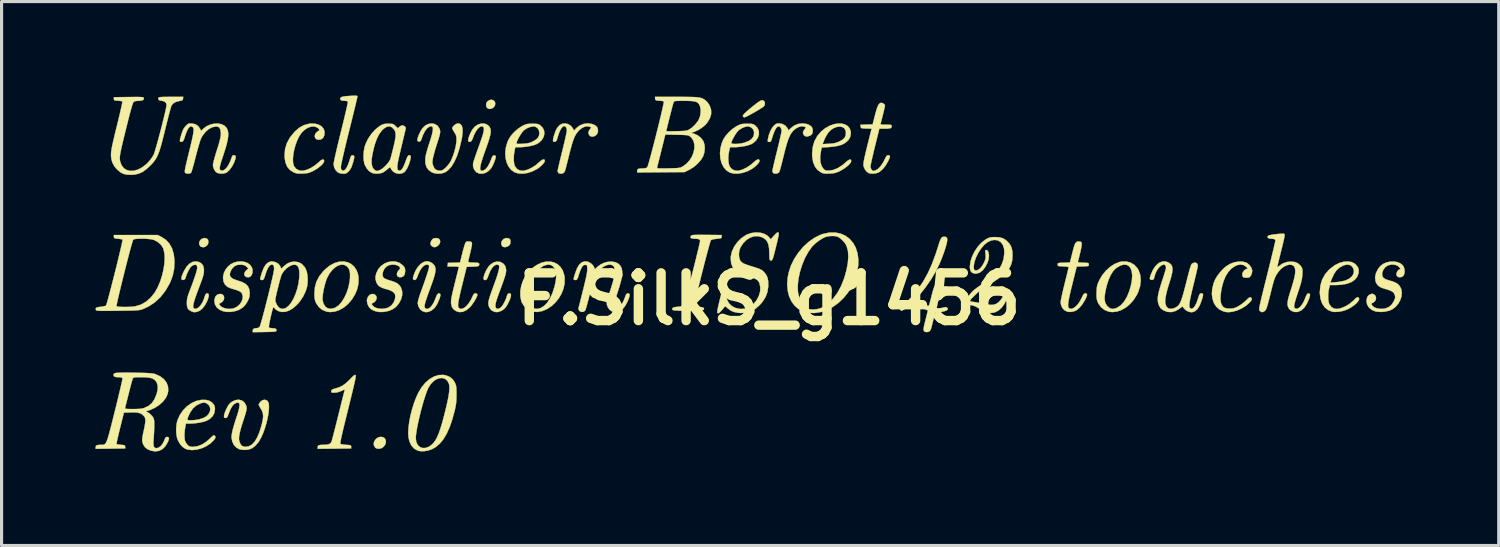
<source format=kicad_pcb>
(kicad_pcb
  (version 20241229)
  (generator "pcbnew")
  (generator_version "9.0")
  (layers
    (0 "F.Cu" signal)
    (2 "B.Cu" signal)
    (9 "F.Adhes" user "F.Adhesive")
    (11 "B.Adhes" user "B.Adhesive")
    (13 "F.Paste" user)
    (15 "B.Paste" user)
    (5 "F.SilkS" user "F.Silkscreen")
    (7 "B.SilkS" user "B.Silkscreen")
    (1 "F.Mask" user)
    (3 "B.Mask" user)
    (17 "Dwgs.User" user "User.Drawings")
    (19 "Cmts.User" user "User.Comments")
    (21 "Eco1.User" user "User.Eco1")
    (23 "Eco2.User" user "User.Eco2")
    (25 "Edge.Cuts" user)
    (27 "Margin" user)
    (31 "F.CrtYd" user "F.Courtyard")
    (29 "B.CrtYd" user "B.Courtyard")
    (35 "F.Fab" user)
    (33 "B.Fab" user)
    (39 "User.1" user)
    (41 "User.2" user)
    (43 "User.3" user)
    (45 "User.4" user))
  (footprint "F.SilkS_g1456"
    (layer "F.Cu")
    (at 21.51 6.499)
    (property "Reference" "F.SilkS_g1456" (at 0 0 0) (layer "F.SilkS") (effects (font (size 1.524 1.524) (thickness 0.3))))
    (attr through_hole)
    (fp_poly (pts (xy -8.806 -6.348) (xy -8.763 -6.31) (xy -8.743 -6.254) (xy -8.752 -6.188) (xy -8.784 -6.133) (xy -8.847 -6.083) (xy -8.921 -6.068) (xy -8.979 -6.084) (xy -9.019 -6.124) (xy -9.036 -6.186) (xy -9.029 -6.252) (xy -8.998 -6.306) (xy -8.93 -6.352) (xy -8.864 -6.364) (xy -8.806 -6.348)) (stroke (width 0.01) (type solid)) (fill yes) (layer "F.SilkS"))
    (fp_poly (pts (xy -10.556 -1.932) (xy -10.514 -1.89) (xy -10.501 -1.832) (xy -10.52 -1.766) (xy -10.561 -1.713) (xy -10.631 -1.664) (xy -10.7 -1.654) (xy -10.764 -1.684) (xy -10.774 -1.693) (xy -10.809 -1.742) (xy -10.812 -1.795) (xy -10.785 -1.861) (xy -10.746 -1.915) (xy -10.691 -1.942) (xy -10.625 -1.947) (xy -10.556 -1.932)) (stroke (width 0.01) (type solid)) (fill yes) (layer "F.SilkS"))
    (fp_poly (pts (xy -8.307 -1.936) (xy -8.267 -1.9) (xy -8.255 -1.839) (xy -8.264 -1.762) (xy -8.297 -1.712) (xy -8.341 -1.682) (xy -8.424 -1.654) (xy -8.49 -1.664) (xy -8.518 -1.684) (xy -8.552 -1.743) (xy -8.551 -1.809) (xy -8.523 -1.871) (xy -8.472 -1.92) (xy -8.403 -1.946) (xy -8.38 -1.947) (xy -8.307 -1.936)) (stroke (width 0.01) (type solid)) (fill yes) (layer "F.SilkS"))
    (fp_poly (pts (xy -17.956 -1.933) (xy -17.915 -1.89) (xy -17.902 -1.816) (xy -17.903 -1.814) (xy -17.921 -1.746) (xy -17.967 -1.693) (xy -18.027 -1.66) (xy -18.093 -1.653) (xy -18.152 -1.675) (xy -18.168 -1.69) (xy -18.2 -1.751) (xy -18.197 -1.818) (xy -18.166 -1.879) (xy -18.111 -1.925) (xy -18.039 -1.947) (xy -18.027 -1.947) (xy -17.956 -1.933)) (stroke (width 0.01) (type solid)) (fill yes) (layer "F.SilkS"))
    (fp_poly (pts (xy -12.315 4.418) (xy -12.277 4.445) (xy -12.24 4.508) (xy -12.236 4.581) (xy -12.26 4.653) (xy -12.308 4.717) (xy -12.374 4.764) (xy -12.454 4.784) (xy -12.462 4.784) (xy -12.537 4.772) (xy -12.578 4.747) (xy -12.621 4.67) (xy -12.623 4.589) (xy -12.585 4.507) (xy -12.538 4.455) (xy -12.469 4.414) (xy -12.39 4.402) (xy -12.315 4.418)) (stroke (width 0.01) (type solid)) (fill yes) (layer "F.SilkS"))
    (fp_poly (pts (xy -0.187 -6.343) (xy -0.174 -6.336) (xy -0.14 -6.293) (xy -0.131 -6.233) (xy -0.149 -6.174) (xy -0.162 -6.156) (xy -0.194 -6.13) (xy -0.254 -6.09) (xy -0.334 -6.041) (xy -0.426 -5.986) (xy -0.522 -5.932) (xy -0.614 -5.881) (xy -0.694 -5.839) (xy -0.754 -5.811) (xy -0.787 -5.8) (xy -0.787 -5.8) (xy -0.823 -5.817) (xy -0.834 -5.833) (xy -0.835 -5.856) (xy -0.819 -5.885) (xy -0.785 -5.925) (xy -0.727 -5.979) (xy -0.643 -6.052) (xy -0.529 -6.146) (xy -0.512 -6.16) (xy -0.407 -6.243) (xy -0.326 -6.301) (xy -0.266 -6.335) (xy -0.222 -6.348) (xy -0.187 -6.343)) (stroke (width 0.01) (type solid)) (fill yes) (layer "F.SilkS"))
    (fp_poly (pts (xy -6.862 -1.167) (xy -6.751 -1.109) (xy -6.659 -1.023) (xy -6.587 -0.908) (xy -6.54 -0.764) (xy -6.527 -0.673) (xy -6.529 -0.499) (xy -6.565 -0.329) (xy -6.629 -0.167) (xy -6.718 -0.016) (xy -6.828 0.119) (xy -6.955 0.233) (xy -7.094 0.324) (xy -7.242 0.385) (xy -7.393 0.414) (xy -7.545 0.406) (xy -7.571 0.4) (xy -7.668 0.359) (xy -7.764 0.287) (xy -7.845 0.196) (xy -7.902 0.096) (xy -7.909 0.079) (xy -7.936 -0.051) (xy -7.678 -0.051) (xy -7.666 0.08) (xy -7.631 0.185) (xy -7.574 0.261) (xy -7.498 0.306) (xy -7.404 0.316) (xy -7.296 0.289) (xy -7.292 0.287) (xy -7.183 0.22) (xy -7.081 0.114) (xy -6.991 -0.028) (xy -6.913 -0.2) (xy -6.85 -0.401) (xy -6.847 -0.41) (xy -6.809 -0.592) (xy -6.796 -0.742) (xy -6.807 -0.865) (xy -6.837 -0.953) (xy -6.894 -1.038) (xy -6.963 -1.085) (xy -7.05 -1.098) (xy -7.078 -1.096) (xy -7.197 -1.061) (xy -7.307 -0.988) (xy -7.408 -0.878) (xy -7.497 -0.735) (xy -7.572 -0.561) (xy -7.632 -0.359) (xy -7.664 -0.204) (xy -7.678 -0.051) (xy -7.936 -0.051) (xy -7.942 -0.081) (xy -7.943 -0.255) (xy -7.911 -0.434) (xy -7.849 -0.607) (xy -7.775 -0.739) (xy -7.658 -0.891) (xy -7.529 -1.012) (xy -7.394 -1.102) (xy -7.255 -1.163) (xy -7.118 -1.194) (xy -6.985 -1.195) (xy -6.862 -1.167)) (stroke (width 0.01) (type solid)) (fill yes) (layer "F.SilkS"))
    (fp_poly (pts (xy -13.464 -1.176) (xy -13.348 -1.121) (xy -13.25 -1.035) (xy -13.174 -0.921) (xy -13.124 -0.78) (xy -13.108 -0.672) (xy -13.113 -0.485) (xy -13.158 -0.297) (xy -13.219 -0.153) (xy -13.318 0.011) (xy -13.438 0.151) (xy -13.572 0.266) (xy -13.716 0.35) (xy -13.865 0.402) (xy -14.014 0.418) (xy -14.129 0.404) (xy -14.263 0.35) (xy -14.374 0.262) (xy -14.459 0.14) (xy -14.476 0.106) (xy -14.501 0.038) (xy -14.513 -0.035) (xy -14.26 -0.035) (xy -14.259 0.027) (xy -14.229 0.148) (xy -14.175 0.238) (xy -14.1 0.294) (xy -14.008 0.313) (xy -13.901 0.294) (xy -13.85 0.273) (xy -13.747 0.203) (xy -13.651 0.097) (xy -13.565 -0.039) (xy -13.491 -0.196) (xy -13.434 -0.369) (xy -13.396 -0.552) (xy -13.383 -0.669) (xy -13.381 -0.804) (xy -13.396 -0.907) (xy -13.431 -0.985) (xy -13.486 -1.047) (xy -13.568 -1.091) (xy -13.659 -1.098) (xy -13.756 -1.071) (xy -13.854 -1.013) (xy -13.948 -0.927) (xy -14.035 -0.817) (xy -14.108 -0.684) (xy -14.131 -0.63) (xy -14.168 -0.52) (xy -14.202 -0.393) (xy -14.23 -0.263) (xy -14.25 -0.139) (xy -14.26 -0.035) (xy -14.513 -0.035) (xy -14.514 -0.042) (xy -14.52 -0.146) (xy -14.52 -0.175) (xy -14.504 -0.371) (xy -14.456 -0.55) (xy -14.371 -0.715) (xy -14.247 -0.874) (xy -14.164 -0.959) (xy -14.023 -1.071) (xy -13.878 -1.148) (xy -13.733 -1.191) (xy -13.594 -1.199) (xy -13.464 -1.176)) (stroke (width 0.01) (type solid)) (fill yes) (layer "F.SilkS"))
    (fp_poly (pts (xy 11.548 -1.162) (xy 11.666 -1.091) (xy 11.761 -0.989) (xy 11.801 -0.922) (xy 11.856 -0.763) (xy 11.872 -0.59) (xy 11.85 -0.409) (xy 11.79 -0.224) (xy 11.758 -0.153) (xy 11.658 0.011) (xy 11.539 0.151) (xy 11.405 0.266) (xy 11.26 0.35) (xy 11.111 0.402) (xy 10.962 0.418) (xy 10.848 0.404) (xy 10.716 0.35) (xy 10.604 0.263) (xy 10.519 0.145) (xy 10.488 0.077) (xy 10.473 0.028) (xy 10.718 0.028) (xy 10.739 0.122) (xy 10.783 0.2) (xy 10.816 0.238) (xy 10.89 0.296) (xy 10.965 0.317) (xy 11.052 0.304) (xy 11.126 0.274) (xy 11.238 0.197) (xy 11.34 0.081) (xy 11.43 -0.07) (xy 11.506 -0.255) (xy 11.555 -0.422) (xy 11.589 -0.6) (xy 11.598 -0.755) (xy 11.583 -0.884) (xy 11.546 -0.984) (xy 11.489 -1.055) (xy 11.413 -1.093) (xy 11.321 -1.097) (xy 11.215 -1.065) (xy 11.094 -0.994) (xy 11.086 -0.987) (xy 10.999 -0.901) (xy 10.919 -0.778) (xy 10.847 -0.622) (xy 10.787 -0.438) (xy 10.74 -0.237) (xy 10.719 -0.09) (xy 10.718 0.028) (xy 10.473 0.028) (xy 10.47 0.016) (xy 10.46 -0.055) (xy 10.457 -0.147) (xy 10.46 -0.227) (xy 10.465 -0.33) (xy 10.475 -0.407) (xy 10.493 -0.474) (xy 10.522 -0.547) (xy 10.547 -0.6) (xy 10.64 -0.761) (xy 10.758 -0.904) (xy 10.892 -1.026) (xy 11.037 -1.12) (xy 11.186 -1.18) (xy 11.265 -1.197) (xy 11.412 -1.198) (xy 11.548 -1.162)) (stroke (width 0.01) (type solid)) (fill yes) (layer "F.SilkS"))
    (fp_poly (pts (xy -14.502 -5.6) (xy -14.385 -5.57) (xy -14.292 -5.515) (xy -14.227 -5.439) (xy -14.195 -5.347) (xy -14.2 -5.241) (xy -14.204 -5.222) (xy -14.245 -5.142) (xy -14.31 -5.095) (xy -14.394 -5.084) (xy -14.397 -5.084) (xy -14.461 -5.106) (xy -14.499 -5.152) (xy -14.509 -5.211) (xy -14.491 -5.274) (xy -14.444 -5.331) (xy -14.415 -5.351) (xy -14.37 -5.382) (xy -14.363 -5.411) (xy -14.392 -5.446) (xy -14.42 -5.468) (xy -14.504 -5.506) (xy -14.602 -5.509) (xy -14.706 -5.479) (xy -14.811 -5.418) (xy -14.91 -5.328) (xy -14.935 -5.299) (xy -15.006 -5.193) (xy -15.069 -5.064) (xy -15.122 -4.92) (xy -15.164 -4.769) (xy -15.192 -4.619) (xy -15.205 -4.479) (xy -15.201 -4.357) (xy -15.178 -4.26) (xy -15.165 -4.233) (xy -15.095 -4.152) (xy -15.003 -4.105) (xy -14.895 -4.096) (xy -14.88 -4.097) (xy -14.757 -4.129) (xy -14.625 -4.189) (xy -14.497 -4.271) (xy -14.4 -4.352) (xy -14.322 -4.422) (xy -14.264 -4.455) (xy -14.227 -4.453) (xy -14.208 -4.415) (xy -14.207 -4.411) (xy -14.219 -4.364) (xy -14.263 -4.305) (xy -14.332 -4.239) (xy -14.418 -4.173) (xy -14.516 -4.113) (xy -14.555 -4.092) (xy -14.643 -4.051) (xy -14.715 -4.026) (xy -14.79 -4.013) (xy -14.887 -4.006) (xy -14.898 -4.006) (xy -14.994 -4.004) (xy -15.063 -4.008) (xy -15.119 -4.021) (xy -15.177 -4.044) (xy -15.19 -4.05) (xy -15.305 -4.125) (xy -15.39 -4.227) (xy -15.444 -4.358) (xy -15.47 -4.518) (xy -15.473 -4.594) (xy -15.456 -4.787) (xy -15.403 -4.966) (xy -15.312 -5.138) (xy -15.284 -5.179) (xy -15.148 -5.345) (xy -15.003 -5.471) (xy -14.848 -5.555) (xy -14.682 -5.599) (xy -14.64 -5.604) (xy -14.502 -5.6)) (stroke (width 0.01) (type solid)) (fill yes) (layer "F.SilkS"))
    (fp_poly (pts (xy -13.207 2.427) (xy -13.204 2.43) (xy -13.199 2.443) (xy -13.2 2.472) (xy -13.206 2.519) (xy -13.219 2.587) (xy -13.239 2.679) (xy -13.266 2.799) (xy -13.302 2.948) (xy -13.346 3.13) (xy -13.4 3.348) (xy -13.445 3.53) (xy -13.513 3.804) (xy -13.57 4.038) (xy -13.617 4.234) (xy -13.652 4.391) (xy -13.677 4.508) (xy -13.691 4.585) (xy -13.694 4.622) (xy -13.693 4.625) (xy -13.663 4.636) (xy -13.602 4.647) (xy -13.524 4.656) (xy -13.509 4.657) (xy -13.427 4.663) (xy -13.378 4.67) (xy -13.354 4.682) (xy -13.346 4.702) (xy -13.346 4.72) (xy -13.346 4.773) (xy -13.88 4.779) (xy -14.415 4.784) (xy -14.415 4.733) (xy -14.408 4.696) (xy -14.382 4.673) (xy -14.33 4.661) (xy -14.245 4.657) (xy -14.224 4.657) (xy -14.117 4.651) (xy -14.044 4.632) (xy -13.997 4.598) (xy -13.974 4.558) (xy -13.963 4.524) (xy -13.944 4.454) (xy -13.917 4.353) (xy -13.884 4.226) (xy -13.846 4.077) (xy -13.805 3.913) (xy -13.761 3.736) (xy -13.758 3.725) (xy -13.714 3.55) (xy -13.674 3.386) (xy -13.637 3.24) (xy -13.606 3.115) (xy -13.581 3.016) (xy -13.564 2.949) (xy -13.555 2.917) (xy -13.555 2.916) (xy -13.554 2.898) (xy -13.572 2.898) (xy -13.615 2.917) (xy -13.65 2.934) (xy -13.787 2.983) (xy -13.868 2.992) (xy -13.933 2.992) (xy -13.967 2.986) (xy -13.979 2.968) (xy -13.981 2.944) (xy -13.976 2.916) (xy -13.956 2.895) (xy -13.912 2.876) (xy -13.837 2.854) (xy -13.72 2.816) (xy -13.619 2.765) (xy -13.521 2.694) (xy -13.416 2.597) (xy -13.373 2.553) (xy -13.304 2.483) (xy -13.257 2.442) (xy -13.227 2.424) (xy -13.207 2.427)) (stroke (width 0.01) (type solid)) (fill yes) (layer "F.SilkS"))
    (fp_poly (pts (xy -8.584 -1.184) (xy -8.567 -1.178) (xy -8.478 -1.125) (xy -8.421 -1.047) (xy -8.397 -0.942) (xy -8.396 -0.9) (xy -8.403 -0.841) (xy -8.422 -0.76) (xy -8.456 -0.652) (xy -8.504 -0.514) (xy -8.545 -0.402) (xy -8.608 -0.233) (xy -8.656 -0.099) (xy -8.692 0.006) (xy -8.717 0.087) (xy -8.732 0.149) (xy -8.739 0.197) (xy -8.739 0.235) (xy -8.738 0.245) (xy -8.717 0.296) (xy -8.674 0.315) (xy -8.613 0.3) (xy -8.573 0.276) (xy -8.529 0.229) (xy -8.48 0.155) (xy -8.432 0.065) (xy -8.394 -0.026) (xy -8.372 -0.099) (xy -8.346 -0.16) (xy -8.303 -0.183) (xy -8.264 -0.176) (xy -8.242 -0.147) (xy -8.245 -0.086) (xy -8.271 0.002) (xy -8.321 0.114) (xy -8.322 0.116) (xy -8.38 0.222) (xy -8.437 0.297) (xy -8.501 0.35) (xy -8.562 0.383) (xy -8.645 0.414) (xy -8.719 0.418) (xy -8.773 0.408) (xy -8.859 0.367) (xy -8.922 0.291) (xy -8.945 0.242) (xy -8.958 0.202) (xy -8.965 0.161) (xy -8.964 0.115) (xy -8.955 0.057) (xy -8.936 -0.017) (xy -8.906 -0.112) (xy -8.863 -0.234) (xy -8.808 -0.387) (xy -8.775 -0.476) (xy -8.708 -0.663) (xy -8.66 -0.813) (xy -8.629 -0.929) (xy -8.617 -1.013) (xy -8.622 -1.067) (xy -8.644 -1.092) (xy -8.711 -1.097) (xy -8.779 -1.063) (xy -8.845 -0.993) (xy -8.905 -0.891) (xy -8.957 -0.761) (xy -8.992 -0.669) (xy -9.028 -0.617) (xy -9.067 -0.602) (xy -9.102 -0.614) (xy -9.118 -0.647) (xy -9.113 -0.706) (xy -9.091 -0.782) (xy -9.056 -0.868) (xy -9.011 -0.954) (xy -8.96 -1.032) (xy -8.906 -1.093) (xy -8.9 -1.098) (xy -8.795 -1.169) (xy -8.69 -1.197) (xy -8.584 -1.184)) (stroke (width 0.01) (type solid)) (fill yes) (layer "F.SilkS"))
    (fp_poly (pts (xy -18.21 -1.183) (xy -18.126 -1.136) (xy -18.074 -1.067) (xy -18.049 -0.972) (xy -18.047 -0.903) (xy -18.05 -0.847) (xy -18.06 -0.786) (xy -18.079 -0.714) (xy -18.109 -0.622) (xy -18.152 -0.504) (xy -18.188 -0.409) (xy -18.259 -0.22) (xy -18.315 -0.066) (xy -18.354 0.056) (xy -18.379 0.149) (xy -18.39 0.218) (xy -18.388 0.265) (xy -18.372 0.295) (xy -18.345 0.31) (xy -18.328 0.313) (xy -18.266 0.301) (xy -18.201 0.253) (xy -18.138 0.179) (xy -18.082 0.084) (xy -18.039 -0.024) (xy -18.025 -0.078) (xy -17.998 -0.147) (xy -17.959 -0.18) (xy -17.918 -0.177) (xy -17.893 -0.146) (xy -17.894 -0.083) (xy -17.922 0.011) (xy -17.96 0.101) (xy -18.024 0.214) (xy -18.101 0.308) (xy -18.184 0.375) (xy -18.245 0.402) (xy -18.318 0.419) (xy -18.373 0.419) (xy -18.431 0.4) (xy -18.447 0.394) (xy -18.519 0.353) (xy -18.564 0.302) (xy -18.587 0.231) (xy -18.593 0.13) (xy -18.593 0.119) (xy -18.589 0.042) (xy -18.578 -0.031) (xy -18.556 -0.112) (xy -18.52 -0.213) (xy -18.501 -0.265) (xy -18.427 -0.458) (xy -18.366 -0.628) (xy -18.317 -0.771) (xy -18.283 -0.884) (xy -18.264 -0.964) (xy -18.261 -0.99) (xy -18.268 -1.058) (xy -18.301 -1.092) (xy -18.357 -1.091) (xy -18.401 -1.075) (xy -18.447 -1.045) (xy -18.488 -0.997) (xy -18.532 -0.922) (xy -18.55 -0.888) (xy -18.586 -0.811) (xy -18.613 -0.745) (xy -18.626 -0.702) (xy -18.627 -0.697) (xy -18.644 -0.645) (xy -18.686 -0.612) (xy -18.734 -0.608) (xy -18.762 -0.627) (xy -18.769 -0.666) (xy -18.755 -0.729) (xy -18.718 -0.82) (xy -18.678 -0.906) (xy -18.6 -1.034) (xy -18.51 -1.127) (xy -18.412 -1.184) (xy -18.308 -1.202) (xy -18.21 -1.183)) (stroke (width 0.01) (type solid)) (fill yes) (layer "F.SilkS"))
    (fp_poly (pts (xy -9.013 -5.576) (xy -8.94 -5.515) (xy -8.925 -5.495) (xy -8.901 -5.447) (xy -8.889 -5.392) (xy -8.889 -5.323) (xy -8.903 -5.237) (xy -8.931 -5.128) (xy -8.974 -4.992) (xy -9.033 -4.823) (xy -9.052 -4.771) (xy -9.12 -4.579) (xy -9.171 -4.423) (xy -9.206 -4.3) (xy -9.223 -4.209) (xy -9.225 -4.145) (xy -9.211 -4.107) (xy -9.18 -4.092) (xy -9.135 -4.098) (xy -9.133 -4.099) (xy -9.057 -4.143) (xy -8.984 -4.228) (xy -8.917 -4.353) (xy -8.869 -4.477) (xy -8.84 -4.546) (xy -8.81 -4.581) (xy -8.787 -4.589) (xy -8.744 -4.581) (xy -8.728 -4.562) (xy -8.729 -4.522) (xy -8.746 -4.457) (xy -8.775 -4.377) (xy -8.81 -4.294) (xy -8.849 -4.218) (xy -8.881 -4.168) (xy -8.963 -4.084) (xy -9.058 -4.027) (xy -9.159 -4.001) (xy -9.257 -4.006) (xy -9.342 -4.046) (xy -9.353 -4.054) (xy -9.418 -4.136) (xy -9.453 -4.236) (xy -9.452 -4.332) (xy -9.44 -4.373) (xy -9.417 -4.448) (xy -9.383 -4.548) (xy -9.342 -4.668) (xy -9.295 -4.8) (xy -9.27 -4.87) (xy -9.208 -5.043) (xy -9.161 -5.182) (xy -9.129 -5.29) (xy -9.111 -5.372) (xy -9.105 -5.431) (xy -9.111 -5.471) (xy -9.127 -5.498) (xy -9.131 -5.501) (xy -9.179 -5.517) (xy -9.235 -5.497) (xy -9.295 -5.444) (xy -9.355 -5.364) (xy -9.411 -5.26) (xy -9.443 -5.181) (xy -9.474 -5.101) (xy -9.498 -5.054) (xy -9.523 -5.03) (xy -9.553 -5.021) (xy -9.554 -5.02) (xy -9.595 -5.022) (xy -9.609 -5.048) (xy -9.61 -5.067) (xy -9.599 -5.133) (xy -9.57 -5.22) (xy -9.528 -5.314) (xy -9.48 -5.403) (xy -9.469 -5.42) (xy -9.391 -5.509) (xy -9.299 -5.57) (xy -9.2 -5.602) (xy -9.102 -5.604) (xy -9.013 -5.576)) (stroke (width 0.01) (type solid)) (fill yes) (layer "F.SilkS"))
    (fp_poly (pts (xy 15.127 -1.194) (xy 15.242 -1.162) (xy 15.268 -1.148) (xy 15.344 -1.086) (xy 15.401 -1.005) (xy 15.429 -0.919) (xy 15.431 -0.895) (xy 15.419 -0.819) (xy 15.391 -0.75) (xy 15.352 -0.701) (xy 15.334 -0.69) (xy 15.276 -0.679) (xy 15.21 -0.68) (xy 15.155 -0.692) (xy 15.138 -0.703) (xy 15.113 -0.754) (xy 15.118 -0.819) (xy 15.148 -0.883) (xy 15.198 -0.935) (xy 15.235 -0.955) (xy 15.29 -0.976) (xy 15.237 -1.029) (xy 15.156 -1.083) (xy 15.063 -1.101) (xy 14.962 -1.085) (xy 14.86 -1.038) (xy 14.76 -0.963) (xy 14.667 -0.862) (xy 14.588 -0.738) (xy 14.572 -0.705) (xy 14.518 -0.571) (xy 14.474 -0.424) (xy 14.442 -0.274) (xy 14.423 -0.129) (xy 14.418 0.001) (xy 14.429 0.107) (xy 14.443 0.154) (xy 14.485 0.231) (xy 14.539 0.278) (xy 14.614 0.301) (xy 14.708 0.306) (xy 14.793 0.303) (xy 14.862 0.289) (xy 14.934 0.259) (xy 14.985 0.232) (xy 15.074 0.177) (xy 15.168 0.105) (xy 15.236 0.044) (xy 15.297 -0.016) (xy 15.339 -0.048) (xy 15.368 -0.056) (xy 15.383 -0.05) (xy 15.415 -0.023) (xy 15.42 0.009) (xy 15.398 0.052) (xy 15.345 0.114) (xy 15.333 0.127) (xy 15.227 0.219) (xy 15.094 0.301) (xy 14.949 0.366) (xy 14.819 0.402) (xy 14.715 0.418) (xy 14.634 0.42) (xy 14.557 0.407) (xy 14.504 0.392) (xy 14.38 0.333) (xy 14.281 0.243) (xy 14.207 0.128) (xy 14.161 -0.009) (xy 14.142 -0.161) (xy 14.154 -0.325) (xy 14.195 -0.495) (xy 14.245 -0.62) (xy 14.305 -0.722) (xy 14.388 -0.834) (xy 14.484 -0.942) (xy 14.58 -1.03) (xy 14.595 -1.042) (xy 14.721 -1.12) (xy 14.857 -1.172) (xy 14.996 -1.197) (xy 15.127 -1.194)) (stroke (width 0.01) (type solid)) (fill yes) (layer "F.SilkS"))
    (fp_poly (pts (xy 18.61 -1.179) (xy 18.709 -1.128) (xy 18.752 -1.088) (xy 18.811 -1.006) (xy 18.835 -0.924) (xy 18.828 -0.831) (xy 18.786 -0.712) (xy 18.708 -0.615) (xy 18.595 -0.539) (xy 18.448 -0.485) (xy 18.268 -0.453) (xy 18.094 -0.445) (xy 17.911 -0.445) (xy 17.884 -0.333) (xy 17.865 -0.227) (xy 17.857 -0.112) (xy 17.859 -0.000032) (xy 17.871 0.096) (xy 17.892 0.162) (xy 17.956 0.251) (xy 18.038 0.303) (xy 18.137 0.318) (xy 18.255 0.297) (xy 18.395 0.24) (xy 18.396 0.24) (xy 18.527 0.162) (xy 18.642 0.069) (xy 18.663 0.049) (xy 18.726 -0.014) (xy 18.769 -0.049) (xy 18.799 -0.059) (xy 18.822 -0.049) (xy 18.838 -0.032) (xy 18.847 0.009) (xy 18.823 0.063) (xy 18.771 0.125) (xy 18.698 0.191) (xy 18.608 0.255) (xy 18.508 0.313) (xy 18.407 0.357) (xy 18.302 0.388) (xy 18.187 0.407) (xy 18.078 0.414) (xy 17.99 0.407) (xy 17.981 0.405) (xy 17.85 0.35) (xy 17.744 0.263) (xy 17.664 0.145) (xy 17.613 -0.002) (xy 17.59 -0.175) (xy 17.59 -0.222) (xy 17.609 -0.431) (xy 17.636 -0.523) (xy 17.926 -0.523) (xy 18.112 -0.538) (xy 18.214 -0.55) (xy 18.317 -0.569) (xy 18.401 -0.59) (xy 18.413 -0.594) (xy 18.527 -0.649) (xy 18.612 -0.72) (xy 18.664 -0.803) (xy 18.68 -0.892) (xy 18.658 -0.982) (xy 18.603 -1.055) (xy 18.526 -1.093) (xy 18.431 -1.096) (xy 18.336 -1.068) (xy 18.221 -1.005) (xy 18.125 -0.918) (xy 18.045 -0.801) (xy 17.974 -0.649) (xy 17.967 -0.632) (xy 17.926 -0.523) (xy 17.636 -0.523) (xy 17.666 -0.623) (xy 17.76 -0.794) (xy 17.891 -0.944) (xy 18.057 -1.071) (xy 18.08 -1.086) (xy 18.219 -1.153) (xy 18.358 -1.191) (xy 18.491 -1.199) (xy 18.61 -1.179)) (stroke (width 0.01) (type solid)) (fill yes) (layer "F.SilkS"))
    (fp_poly (pts (xy -10.837 -1.189) (xy -10.752 -1.142) (xy -10.689 -1.076) (xy -10.688 -1.075) (xy -10.664 -1.026) (xy -10.652 -0.97) (xy -10.652 -0.902) (xy -10.666 -0.816) (xy -10.694 -0.709) (xy -10.738 -0.573) (xy -10.798 -0.406) (xy -10.814 -0.363) (xy -10.878 -0.188) (xy -10.927 -0.049) (xy -10.963 0.06) (xy -10.987 0.142) (xy -10.999 0.202) (xy -11.001 0.245) (xy -10.994 0.273) (xy -10.986 0.285) (xy -10.939 0.316) (xy -10.883 0.311) (xy -10.823 0.271) (xy -10.762 0.201) (xy -10.704 0.104) (xy -10.652 -0.017) (xy -10.638 -0.056) (xy -10.603 -0.136) (xy -10.565 -0.178) (xy -10.526 -0.179) (xy -10.506 -0.165) (xy -10.494 -0.142) (xy -10.496 -0.106) (xy -10.512 -0.046) (xy -10.528 0.002) (xy -10.596 0.159) (xy -10.677 0.28) (xy -10.77 0.362) (xy -10.801 0.379) (xy -10.893 0.414) (xy -10.971 0.42) (xy -11.05 0.396) (xy -11.07 0.386) (xy -11.144 0.328) (xy -11.195 0.242) (xy -11.218 0.143) (xy -11.218 0.127) (xy -11.211 0.075) (xy -11.192 -0.003) (xy -11.164 -0.096) (xy -11.146 -0.148) (xy -11.069 -0.363) (xy -11.005 -0.542) (xy -10.955 -0.688) (xy -10.916 -0.805) (xy -10.887 -0.896) (xy -10.868 -0.964) (xy -10.859 -1.014) (xy -10.857 -1.048) (xy -10.862 -1.07) (xy -10.873 -1.084) (xy -10.89 -1.093) (xy -10.893 -1.094) (xy -10.956 -1.097) (xy -11.024 -1.063) (xy -11.09 -0.996) (xy -11.152 -0.899) (xy -11.205 -0.779) (xy -11.207 -0.773) (xy -11.244 -0.679) (xy -11.278 -0.624) (xy -11.312 -0.605) (xy -11.348 -0.617) (xy -11.351 -0.62) (xy -11.368 -0.638) (xy -11.373 -0.664) (xy -11.364 -0.709) (xy -11.345 -0.769) (xy -11.289 -0.907) (xy -11.215 -1.024) (xy -11.129 -1.117) (xy -11.036 -1.179) (xy -10.941 -1.206) (xy -10.925 -1.206) (xy -10.837 -1.189)) (stroke (width 0.01) (type solid)) (fill yes) (layer "F.SilkS"))
    (fp_poly (pts (xy 2.281 -2.09) (xy 2.436 -2.023) (xy 2.57 -1.924) (xy 2.682 -1.796) (xy 2.769 -1.641) (xy 2.826 -1.462) (xy 2.853 -1.262) (xy 2.85 -1.083) (xy 2.812 -0.845) (xy 2.743 -0.618) (xy 2.645 -0.404) (xy 2.523 -0.206) (xy 2.378 -0.028) (xy 2.215 0.126) (xy 2.037 0.254) (xy 1.848 0.353) (xy 1.65 0.418) (xy 1.448 0.448) (xy 1.26 0.44) (xy 1.091 0.398) (xy 0.943 0.322) (xy 0.818 0.215) (xy 0.718 0.08) (xy 0.644 -0.079) (xy 0.597 -0.259) (xy 0.581 -0.447) (xy 0.918 -0.447) (xy 0.921 -0.255) (xy 0.927 -0.208) (xy 0.968 -0.03) (xy 1.037 0.115) (xy 1.132 0.23) (xy 1.238 0.305) (xy 1.32 0.331) (xy 1.425 0.336) (xy 1.541 0.322) (xy 1.652 0.291) (xy 1.715 0.263) (xy 1.888 0.145) (xy 2.045 -0.01) (xy 2.185 -0.2) (xy 2.305 -0.422) (xy 2.404 -0.675) (xy 2.473 -0.921) (xy 2.517 -1.154) (xy 2.532 -1.357) (xy 2.52 -1.533) (xy 2.479 -1.683) (xy 2.455 -1.736) (xy 2.407 -1.807) (xy 2.338 -1.881) (xy 2.262 -1.946) (xy 2.192 -1.989) (xy 2.184 -1.992) (xy 2.105 -2.009) (xy 2.004 -2.013) (xy 1.898 -2.004) (xy 1.805 -1.982) (xy 1.802 -1.981) (xy 1.704 -1.934) (xy 1.595 -1.864) (xy 1.487 -1.781) (xy 1.395 -1.694) (xy 1.366 -1.661) (xy 1.25 -1.496) (xy 1.146 -1.304) (xy 1.059 -1.094) (xy 0.99 -0.875) (xy 0.942 -0.656) (xy 0.918 -0.447) (xy 0.581 -0.447) (xy 0.58 -0.458) (xy 0.593 -0.67) (xy 0.627 -0.846) (xy 0.7 -1.068) (xy 0.805 -1.283) (xy 0.939 -1.485) (xy 1.095 -1.668) (xy 1.269 -1.828) (xy 1.456 -1.958) (xy 1.651 -2.054) (xy 1.725 -2.079) (xy 1.923 -2.121) (xy 2.109 -2.124) (xy 2.281 -2.09)) (stroke (width 0.01) (type solid)) (fill yes) (layer "F.SilkS"))
    (fp_poly (pts (xy -13.169 -6.492) (xy -13.15 -6.483) (xy -13.145 -6.47) (xy -13.145 -6.468) (xy -13.15 -6.441) (xy -13.164 -6.378) (xy -13.187 -6.281) (xy -13.217 -6.155) (xy -13.254 -6.004) (xy -13.296 -5.832) (xy -13.343 -5.643) (xy -13.393 -5.441) (xy -13.409 -5.376) (xy -13.461 -5.169) (xy -13.509 -4.971) (xy -13.553 -4.787) (xy -13.591 -4.621) (xy -13.624 -4.479) (xy -13.649 -4.363) (xy -13.666 -4.279) (xy -13.673 -4.23) (xy -13.674 -4.224) (xy -13.669 -4.158) (xy -13.65 -4.12) (xy -13.631 -4.106) (xy -13.581 -4.101) (xy -13.531 -4.136) (xy -13.481 -4.21) (xy -13.433 -4.32) (xy -13.406 -4.401) (xy -13.379 -4.491) (xy -13.358 -4.547) (xy -13.34 -4.578) (xy -13.321 -4.589) (xy -13.295 -4.589) (xy -13.294 -4.589) (xy -13.265 -4.581) (xy -13.249 -4.563) (xy -13.246 -4.527) (xy -13.257 -4.466) (xy -13.281 -4.376) (xy -13.297 -4.32) (xy -13.337 -4.208) (xy -13.385 -4.124) (xy -13.42 -4.082) (xy -13.472 -4.033) (xy -13.516 -4.009) (xy -13.572 -4.001) (xy -13.602 -4.001) (xy -13.706 -4.014) (xy -13.768 -4.042) (xy -13.842 -4.115) (xy -13.89 -4.213) (xy -13.906 -4.311) (xy -13.901 -4.35) (xy -13.886 -4.425) (xy -13.864 -4.532) (xy -13.834 -4.666) (xy -13.798 -4.822) (xy -13.756 -4.997) (xy -13.71 -5.185) (xy -13.673 -5.336) (xy -13.625 -5.529) (xy -13.581 -5.71) (xy -13.542 -5.874) (xy -13.508 -6.018) (xy -13.481 -6.136) (xy -13.462 -6.226) (xy -13.452 -6.282) (xy -13.45 -6.301) (xy -13.478 -6.32) (xy -13.535 -6.329) (xy -13.544 -6.329) (xy -13.628 -6.334) (xy -13.676 -6.352) (xy -13.694 -6.385) (xy -13.695 -6.394) (xy -13.688 -6.423) (xy -13.665 -6.445) (xy -13.618 -6.461) (xy -13.543 -6.474) (xy -13.434 -6.483) (xy -13.383 -6.487) (xy -13.279 -6.493) (xy -13.21 -6.494) (xy -13.169 -6.492)) (stroke (width 0.01) (type solid)) (fill yes) (layer "F.SilkS"))
    (fp_poly (pts (xy 2.321 -5.602) (xy 2.428 -5.574) (xy 2.515 -5.522) (xy 2.577 -5.447) (xy 2.609 -5.35) (xy 2.613 -5.293) (xy 2.593 -5.176) (xy 2.536 -5.076) (xy 2.441 -4.99) (xy 2.432 -4.984) (xy 2.338 -4.933) (xy 2.22 -4.895) (xy 2.072 -4.868) (xy 1.89 -4.85) (xy 1.884 -4.85) (xy 1.683 -4.837) (xy 1.658 -4.72) (xy 1.633 -4.539) (xy 1.639 -4.384) (xy 1.676 -4.255) (xy 1.734 -4.164) (xy 1.773 -4.126) (xy 1.811 -4.106) (xy 1.864 -4.1) (xy 1.914 -4.1) (xy 2.056 -4.123) (xy 2.203 -4.185) (xy 2.35 -4.281) (xy 2.429 -4.349) (xy 2.511 -4.418) (xy 2.571 -4.453) (xy 2.608 -4.453) (xy 2.624 -4.419) (xy 2.625 -4.403) (xy 2.607 -4.354) (xy 2.558 -4.294) (xy 2.484 -4.228) (xy 2.394 -4.162) (xy 2.294 -4.103) (xy 2.277 -4.094) (xy 2.187 -4.052) (xy 2.114 -4.027) (xy 2.039 -4.013) (xy 1.944 -4.006) (xy 1.93 -4.006) (xy 1.833 -4.003) (xy 1.764 -4.008) (xy 1.711 -4.02) (xy 1.659 -4.043) (xy 1.658 -4.043) (xy 1.547 -4.123) (xy 1.463 -4.234) (xy 1.407 -4.375) (xy 1.379 -4.545) (xy 1.376 -4.633) (xy 1.394 -4.845) (xy 1.423 -4.947) (xy 1.712 -4.947) (xy 1.912 -4.958) (xy 2.021 -4.966) (xy 2.105 -4.979) (xy 2.179 -5.002) (xy 2.25 -5.033) (xy 2.35 -5.089) (xy 2.414 -5.15) (xy 2.447 -5.225) (xy 2.455 -5.313) (xy 2.439 -5.398) (xy 2.396 -5.459) (xy 2.331 -5.495) (xy 2.25 -5.507) (xy 2.16 -5.494) (xy 2.067 -5.458) (xy 1.977 -5.399) (xy 1.896 -5.317) (xy 1.869 -5.279) (xy 1.82 -5.197) (xy 1.774 -5.105) (xy 1.755 -5.059) (xy 1.712 -4.947) (xy 1.423 -4.947) (xy 1.449 -5.036) (xy 1.54 -5.205) (xy 1.668 -5.353) (xy 1.795 -5.454) (xy 1.932 -5.532) (xy 2.068 -5.582) (xy 2.2 -5.605) (xy 2.321 -5.602)) (stroke (width 0.01) (type solid)) (fill yes) (layer "F.SilkS"))
    (fp_poly (pts (xy -10.305 2.442) (xy -10.185 2.494) (xy -10.094 2.574) (xy -10.025 2.686) (xy -10.006 2.733) (xy -9.993 2.782) (xy -9.986 2.843) (xy -9.982 2.925) (xy -9.981 3.039) (xy -9.981 3.059) (xy -9.984 3.195) (xy -9.991 3.306) (xy -10.006 3.41) (xy -10.029 3.523) (xy -10.042 3.577) (xy -10.12 3.861) (xy -10.205 4.105) (xy -10.299 4.312) (xy -10.402 4.482) (xy -10.515 4.62) (xy -10.641 4.726) (xy -10.743 4.786) (xy -10.878 4.837) (xy -11.016 4.861) (xy -11.145 4.859) (xy -11.225 4.839) (xy -11.337 4.776) (xy -11.423 4.679) (xy -11.484 4.548) (xy -11.509 4.44) (xy -11.282 4.44) (xy -11.266 4.562) (xy -11.221 4.658) (xy -11.154 4.724) (xy -11.068 4.758) (xy -10.969 4.757) (xy -10.863 4.717) (xy -10.833 4.699) (xy -10.768 4.649) (xy -10.708 4.587) (xy -10.653 4.51) (xy -10.601 4.415) (xy -10.55 4.296) (xy -10.499 4.151) (xy -10.445 3.975) (xy -10.388 3.765) (xy -10.33 3.535) (xy -10.278 3.313) (xy -10.24 3.128) (xy -10.217 2.976) (xy -10.207 2.855) (xy -10.211 2.762) (xy -10.224 2.704) (xy -10.274 2.611) (xy -10.344 2.552) (xy -10.427 2.524) (xy -10.52 2.528) (xy -10.617 2.561) (xy -10.712 2.623) (xy -10.799 2.712) (xy -10.875 2.828) (xy -10.879 2.836) (xy -10.922 2.934) (xy -10.969 3.065) (xy -11.019 3.221) (xy -11.07 3.395) (xy -11.119 3.578) (xy -11.165 3.765) (xy -11.206 3.946) (xy -11.24 4.114) (xy -11.265 4.263) (xy -11.279 4.383) (xy -11.282 4.44) (xy -11.509 4.44) (xy -11.514 4.419) (xy -11.524 4.279) (xy -11.515 4.11) (xy -11.49 3.921) (xy -11.451 3.719) (xy -11.398 3.514) (xy -11.335 3.314) (xy -11.263 3.127) (xy -11.197 2.986) (xy -11.09 2.811) (xy -10.967 2.665) (xy -10.834 2.552) (xy -10.692 2.472) (xy -10.546 2.429) (xy -10.4 2.423) (xy -10.305 2.442)) (stroke (width 0.01) (type solid)) (fill yes) (layer "F.SilkS"))
    (fp_poly (pts (xy -2.155 -2.049) (xy -2.002 -2.048) (xy -1.99 -2.048) (xy -1.513 -2.043) (xy -1.513 -1.99) (xy -1.516 -1.962) (xy -1.53 -1.945) (xy -1.564 -1.935) (xy -1.626 -1.927) (xy -1.669 -1.923) (xy -1.757 -1.911) (xy -1.823 -1.895) (xy -1.856 -1.878) (xy -1.867 -1.852) (xy -1.887 -1.791) (xy -1.913 -1.698) (xy -1.946 -1.579) (xy -1.984 -1.438) (xy -2.026 -1.28) (xy -2.07 -1.11) (xy -2.115 -0.932) (xy -2.161 -0.752) (xy -2.205 -0.574) (xy -2.248 -0.402) (xy -2.287 -0.242) (xy -2.321 -0.098) (xy -2.349 0.025) (xy -2.371 0.122) (xy -2.384 0.189) (xy -2.388 0.221) (xy -2.387 0.223) (xy -2.36 0.232) (xy -2.304 0.241) (xy -2.232 0.249) (xy -2.14 0.262) (xy -2.088 0.283) (xy -2.075 0.313) (xy -2.094 0.347) (xy -2.122 0.357) (xy -2.185 0.365) (xy -2.275 0.372) (xy -2.384 0.376) (xy -2.505 0.378) (xy -2.631 0.379) (xy -2.755 0.377) (xy -2.869 0.374) (xy -2.965 0.368) (xy -3.037 0.361) (xy -3.078 0.351) (xy -3.084 0.347) (xy -3.09 0.306) (xy -3.07 0.279) (xy -3.019 0.261) (xy -2.93 0.25) (xy -2.919 0.249) (xy -2.831 0.24) (xy -2.775 0.227) (xy -2.74 0.206) (xy -2.729 0.194) (xy -2.719 0.167) (xy -2.699 0.104) (xy -2.672 0.009) (xy -2.638 -0.112) (xy -2.6 -0.255) (xy -2.557 -0.414) (xy -2.513 -0.585) (xy -2.466 -0.763) (xy -2.42 -0.942) (xy -2.375 -1.119) (xy -2.333 -1.288) (xy -2.295 -1.445) (xy -2.261 -1.583) (xy -2.234 -1.699) (xy -2.214 -1.788) (xy -2.203 -1.844) (xy -2.201 -1.86) (xy -2.215 -1.894) (xy -2.26 -1.915) (xy -2.34 -1.925) (xy -2.395 -1.926) (xy -2.469 -1.934) (xy -2.506 -1.959) (xy -2.504 -1.998) (xy -2.491 -2.019) (xy -2.478 -2.03) (xy -2.455 -2.039) (xy -2.417 -2.044) (xy -2.358 -2.048) (xy -2.272 -2.049) (xy -2.155 -2.049)) (stroke (width 0.01) (type solid)) (fill yes) (layer "F.SilkS"))
    (fp_poly (pts (xy 3.64 -6.252) (xy 3.684 -6.219) (xy 3.704 -6.181) (xy 3.704 -6.178) (xy 3.699 -6.152) (xy 3.686 -6.094) (xy 3.668 -6.014) (xy 3.645 -5.921) (xy 3.621 -5.825) (xy 3.599 -5.734) (xy 3.579 -5.659) (xy 3.565 -5.608) (xy 3.564 -5.604) (xy 3.563 -5.586) (xy 3.577 -5.575) (xy 3.614 -5.569) (xy 3.682 -5.567) (xy 3.734 -5.567) (xy 3.822 -5.566) (xy 3.876 -5.563) (xy 3.904 -5.555) (xy 3.914 -5.54) (xy 3.916 -5.516) (xy 3.91 -5.482) (xy 3.89 -5.46) (xy 3.847 -5.447) (xy 3.774 -5.441) (xy 3.686 -5.44) (xy 3.523 -5.44) (xy 3.38 -4.863) (xy 3.343 -4.71) (xy 3.31 -4.569) (xy 3.281 -4.445) (xy 3.259 -4.343) (xy 3.244 -4.27) (xy 3.238 -4.232) (xy 3.238 -4.23) (xy 3.252 -4.172) (xy 3.277 -4.127) (xy 3.306 -4.097) (xy 3.338 -4.09) (xy 3.388 -4.103) (xy 3.393 -4.105) (xy 3.475 -4.151) (xy 3.558 -4.235) (xy 3.637 -4.349) (xy 3.69 -4.45) (xy 3.728 -4.527) (xy 3.759 -4.572) (xy 3.787 -4.591) (xy 3.803 -4.593) (xy 3.844 -4.586) (xy 3.861 -4.563) (xy 3.855 -4.517) (xy 3.825 -4.443) (xy 3.8 -4.393) (xy 3.72 -4.258) (xy 3.628 -4.145) (xy 3.531 -4.062) (xy 3.482 -4.034) (xy 3.403 -4.011) (xy 3.308 -4.003) (xy 3.219 -4.011) (xy 3.184 -4.021) (xy 3.12 -4.066) (xy 3.063 -4.138) (xy 3.025 -4.222) (xy 3.016 -4.26) (xy 3.014 -4.298) (xy 3.019 -4.351) (xy 3.03 -4.424) (xy 3.05 -4.521) (xy 3.079 -4.646) (xy 3.117 -4.806) (xy 3.139 -4.894) (xy 3.275 -5.438) (xy 3.103 -5.444) (xy 3.018 -5.448) (xy 2.967 -5.453) (xy 2.94 -5.464) (xy 2.929 -5.483) (xy 2.925 -5.508) (xy 2.918 -5.565) (xy 3.114 -5.571) (xy 3.309 -5.577) (xy 3.386 -5.878) (xy 3.424 -6.018) (xy 3.457 -6.122) (xy 3.489 -6.194) (xy 3.521 -6.238) (xy 3.557 -6.261) (xy 3.59 -6.265) (xy 3.64 -6.252)) (stroke (width 0.01) (type solid)) (fill yes) (layer "F.SilkS"))
    (fp_poly (pts (xy -7.463 -5.597) (xy -7.399 -5.59) (xy -7.353 -5.576) (xy -7.312 -5.553) (xy -7.307 -5.549) (xy -7.228 -5.47) (xy -7.184 -5.377) (xy -7.175 -5.277) (xy -7.199 -5.175) (xy -7.256 -5.079) (xy -7.344 -4.994) (xy -7.418 -4.949) (xy -7.503 -4.916) (xy -7.618 -4.887) (xy -7.749 -4.864) (xy -7.883 -4.851) (xy -7.962 -4.848) (xy -8.104 -4.847) (xy -8.128 -4.729) (xy -8.148 -4.596) (xy -8.153 -4.465) (xy -8.144 -4.348) (xy -8.121 -4.256) (xy -8.113 -4.238) (xy -8.049 -4.155) (xy -7.962 -4.107) (xy -7.857 -4.095) (xy -7.832 -4.098) (xy -7.712 -4.13) (xy -7.583 -4.19) (xy -7.457 -4.27) (xy -7.356 -4.356) (xy -7.277 -4.425) (xy -7.217 -4.458) (xy -7.177 -4.455) (xy -7.159 -4.42) (xy -7.169 -4.379) (xy -7.209 -4.323) (xy -7.269 -4.26) (xy -7.344 -4.196) (xy -7.4 -4.157) (xy -7.549 -4.078) (xy -7.704 -4.026) (xy -7.856 -4.002) (xy -7.998 -4.008) (xy -8.12 -4.044) (xy -8.129 -4.048) (xy -8.237 -4.126) (xy -8.322 -4.233) (xy -8.382 -4.365) (xy -8.416 -4.514) (xy -8.424 -4.676) (xy -8.404 -4.844) (xy -8.364 -4.979) (xy -8.065 -4.979) (xy -8.058 -4.964) (xy -8.035 -4.956) (xy -7.987 -4.953) (xy -7.907 -4.956) (xy -7.869 -4.957) (xy -7.76 -4.966) (xy -7.678 -4.98) (xy -7.606 -5.002) (xy -7.547 -5.029) (xy -7.442 -5.091) (xy -7.375 -5.157) (xy -7.341 -5.235) (xy -7.334 -5.302) (xy -7.351 -5.393) (xy -7.399 -5.464) (xy -7.47 -5.505) (xy -7.488 -5.51) (xy -7.566 -5.508) (xy -7.66 -5.483) (xy -7.755 -5.439) (xy -7.833 -5.384) (xy -7.878 -5.333) (xy -7.928 -5.261) (xy -7.979 -5.178) (xy -8.023 -5.096) (xy -8.053 -5.025) (xy -8.065 -4.979) (xy -8.364 -4.979) (xy -8.354 -5.012) (xy -8.318 -5.094) (xy -8.246 -5.209) (xy -8.144 -5.325) (xy -8.025 -5.431) (xy -7.9 -5.516) (xy -7.86 -5.538) (xy -7.79 -5.569) (xy -7.727 -5.588) (xy -7.655 -5.596) (xy -7.558 -5.599) (xy -7.556 -5.599) (xy -7.463 -5.597)) (stroke (width 0.01) (type solid)) (fill yes) (layer "F.SilkS"))
    (fp_poly (pts (xy 1.207 -5.589) (xy 1.263 -5.568) (xy 1.342 -5.52) (xy 1.384 -5.46) (xy 1.397 -5.379) (xy 1.389 -5.302) (xy 1.36 -5.251) (xy 1.311 -5.217) (xy 1.228 -5.189) (xy 1.159 -5.196) (xy 1.112 -5.233) (xy 1.084 -5.292) (xy 1.089 -5.348) (xy 1.131 -5.413) (xy 1.134 -5.417) (xy 1.167 -5.462) (xy 1.169 -5.486) (xy 1.161 -5.491) (xy 1.116 -5.505) (xy 1.093 -5.512) (xy 1.027 -5.515) (xy 0.944 -5.491) (xy 0.859 -5.445) (xy 0.812 -5.41) (xy 0.756 -5.355) (xy 0.706 -5.289) (xy 0.661 -5.207) (xy 0.617 -5.104) (xy 0.574 -4.975) (xy 0.528 -4.814) (xy 0.487 -4.656) (xy 0.445 -4.486) (xy 0.411 -4.352) (xy 0.385 -4.25) (xy 0.365 -4.174) (xy 0.35 -4.121) (xy 0.338 -4.086) (xy 0.329 -4.063) (xy 0.32 -4.049) (xy 0.31 -4.039) (xy 0.305 -4.033) (xy 0.256 -4.007) (xy 0.194 -4.002) (xy 0.141 -4.018) (xy 0.131 -4.026) (xy 0.109 -4.069) (xy 0.106 -4.089) (xy 0.111 -4.118) (xy 0.125 -4.183) (xy 0.147 -4.278) (xy 0.175 -4.398) (xy 0.208 -4.536) (xy 0.246 -4.688) (xy 0.254 -4.722) (xy 0.292 -4.877) (xy 0.327 -5.021) (xy 0.356 -5.149) (xy 0.379 -5.253) (xy 0.395 -5.33) (xy 0.402 -5.372) (xy 0.402 -5.376) (xy 0.389 -5.438) (xy 0.364 -5.483) (xy 0.32 -5.515) (xy 0.273 -5.505) (xy 0.225 -5.455) (xy 0.177 -5.364) (xy 0.127 -5.234) (xy 0.107 -5.17) (xy 0.083 -5.091) (xy 0.063 -5.045) (xy 0.043 -5.023) (xy 0.016 -5.017) (xy 0.007 -5.016) (xy -0.027 -5.019) (xy -0.041 -5.036) (xy -0.04 -5.076) (xy -0.035 -5.109) (xy -0.006 -5.239) (xy 0.042 -5.365) (xy 0.103 -5.473) (xy 0.149 -5.53) (xy 0.203 -5.579) (xy 0.25 -5.602) (xy 0.309 -5.609) (xy 0.322 -5.609) (xy 0.427 -5.59) (xy 0.519 -5.539) (xy 0.586 -5.461) (xy 0.593 -5.449) (xy 0.625 -5.386) (xy 0.696 -5.457) (xy 0.808 -5.542) (xy 0.936 -5.593) (xy 1.072 -5.609) (xy 1.207 -5.589)) (stroke (width 0.01) (type solid)) (fill yes) (layer "F.SilkS"))
    (fp_poly (pts (xy -16.747 -1.185) (xy -16.648 -1.146) (xy -16.568 -1.086) (xy -16.514 -1.005) (xy -16.495 -0.937) (xy -16.496 -0.843) (xy -16.522 -0.766) (xy -16.568 -0.713) (xy -16.628 -0.691) (xy -16.698 -0.704) (xy -16.703 -0.706) (xy -16.75 -0.748) (xy -16.761 -0.805) (xy -16.736 -0.868) (xy -16.698 -0.912) (xy -16.63 -0.976) (xy -16.685 -1.032) (xy -16.731 -1.067) (xy -16.787 -1.087) (xy -16.864 -1.096) (xy -16.979 -1.089) (xy -17.072 -1.048) (xy -17.147 -0.97) (xy -17.183 -0.91) (xy -17.217 -0.821) (xy -17.217 -0.748) (xy -17.182 -0.689) (xy -17.11 -0.64) (xy -16.998 -0.598) (xy -16.969 -0.59) (xy -16.823 -0.541) (xy -16.716 -0.482) (xy -16.643 -0.408) (xy -16.601 -0.316) (xy -16.585 -0.202) (xy -16.585 -0.18) (xy -16.59 -0.098) (xy -16.607 -0.027) (xy -16.642 0.053) (xy -16.657 0.081) (xy -16.728 0.192) (xy -16.809 0.274) (xy -16.914 0.338) (xy -16.956 0.358) (xy -17.07 0.393) (xy -17.201 0.412) (xy -17.331 0.411) (xy -17.424 0.395) (xy -17.548 0.343) (xy -17.639 0.269) (xy -17.695 0.175) (xy -17.714 0.065) (xy -17.71 0.017) (xy -17.682 -0.075) (xy -17.628 -0.134) (xy -17.565 -0.159) (xy -17.492 -0.161) (xy -17.439 -0.133) (xy -17.409 -0.086) (xy -17.401 -0.027) (xy -17.418 0.035) (xy -17.459 0.091) (xy -17.526 0.132) (xy -17.532 0.134) (xy -17.558 0.153) (xy -17.549 0.187) (xy -17.498 0.242) (xy -17.417 0.284) (xy -17.318 0.31) (xy -17.211 0.316) (xy -17.11 0.302) (xy -17.093 0.297) (xy -16.993 0.248) (xy -16.91 0.176) (xy -16.85 0.091) (xy -16.814 -0.002) (xy -16.808 -0.093) (xy -16.834 -0.175) (xy -16.849 -0.197) (xy -16.878 -0.226) (xy -16.922 -0.252) (xy -16.988 -0.279) (xy -17.081 -0.309) (xy -17.181 -0.337) (xy -17.295 -0.386) (xy -17.377 -0.463) (xy -17.425 -0.563) (xy -17.437 -0.685) (xy -17.434 -0.721) (xy -17.409 -0.836) (xy -17.358 -0.938) (xy -17.289 -1.028) (xy -17.197 -1.108) (xy -17.09 -1.163) (xy -16.975 -1.194) (xy -16.858 -1.201) (xy -16.747 -1.185)) (stroke (width 0.01) (type solid)) (fill yes) (layer "F.SilkS"))
    (fp_poly (pts (xy -5.655 -5.59) (xy -5.595 -5.568) (xy -5.518 -5.522) (xy -5.476 -5.463) (xy -5.461 -5.38) (xy -5.461 -5.366) (xy -5.477 -5.294) (xy -5.519 -5.237) (xy -5.577 -5.198) (xy -5.641 -5.183) (xy -5.702 -5.196) (xy -5.748 -5.238) (xy -5.77 -5.306) (xy -5.75 -5.379) (xy -5.709 -5.434) (xy -5.683 -5.469) (xy -5.687 -5.486) (xy -5.696 -5.49) (xy -5.742 -5.505) (xy -5.765 -5.512) (xy -5.835 -5.515) (xy -5.919 -5.489) (xy -6.005 -5.439) (xy -6.061 -5.391) (xy -6.116 -5.33) (xy -6.163 -5.265) (xy -6.205 -5.19) (xy -6.243 -5.098) (xy -6.282 -4.983) (xy -6.323 -4.839) (xy -6.37 -4.66) (xy -6.371 -4.657) (xy -6.413 -4.486) (xy -6.447 -4.352) (xy -6.473 -4.25) (xy -6.493 -4.174) (xy -6.508 -4.121) (xy -6.52 -4.086) (xy -6.529 -4.063) (xy -6.538 -4.049) (xy -6.548 -4.039) (xy -6.553 -4.033) (xy -6.602 -4.007) (xy -6.664 -4.002) (xy -6.717 -4.018) (xy -6.727 -4.026) (xy -6.749 -4.069) (xy -6.752 -4.089) (xy -6.747 -4.118) (xy -6.733 -4.183) (xy -6.711 -4.278) (xy -6.683 -4.398) (xy -6.65 -4.536) (xy -6.612 -4.688) (xy -6.604 -4.722) (xy -6.566 -4.878) (xy -6.531 -5.023) (xy -6.502 -5.152) (xy -6.478 -5.26) (xy -6.463 -5.339) (xy -6.456 -5.384) (xy -6.456 -5.388) (xy -6.466 -5.444) (xy -6.492 -5.494) (xy -6.523 -5.523) (xy -6.533 -5.524) (xy -6.586 -5.504) (xy -6.638 -5.444) (xy -6.689 -5.347) (xy -6.735 -5.217) (xy -6.749 -5.171) (xy -6.771 -5.095) (xy -6.791 -5.05) (xy -6.813 -5.029) (xy -6.843 -5.021) (xy -6.844 -5.02) (xy -6.88 -5.022) (xy -6.898 -5.043) (xy -6.899 -5.088) (xy -6.883 -5.162) (xy -6.866 -5.225) (xy -6.818 -5.365) (xy -6.763 -5.469) (xy -6.697 -5.546) (xy -6.688 -5.554) (xy -6.605 -5.598) (xy -6.511 -5.608) (xy -6.418 -5.587) (xy -6.334 -5.535) (xy -6.269 -5.457) (xy -6.263 -5.446) (xy -6.23 -5.379) (xy -6.158 -5.455) (xy -6.05 -5.54) (xy -5.924 -5.592) (xy -5.789 -5.61) (xy -5.655 -5.59)) (stroke (width 0.01) (type solid)) (fill yes) (layer "F.SilkS"))
    (fp_poly (pts (xy -17.985 3.222) (xy -17.883 3.246) (xy -17.802 3.295) (xy -17.76 3.336) (xy -17.718 3.392) (xy -17.699 3.448) (xy -17.695 3.515) (xy -17.714 3.64) (xy -17.771 3.746) (xy -17.865 3.834) (xy -17.971 3.892) (xy -18.056 3.92) (xy -18.17 3.945) (xy -18.299 3.965) (xy -18.429 3.977) (xy -18.509 3.979) (xy -18.621 3.979) (xy -18.645 4.099) (xy -18.661 4.208) (xy -18.668 4.322) (xy -18.666 4.429) (xy -18.655 4.515) (xy -18.646 4.544) (xy -18.616 4.601) (xy -18.572 4.658) (xy -18.568 4.662) (xy -18.53 4.696) (xy -18.489 4.713) (xy -18.429 4.72) (xy -18.388 4.72) (xy -18.247 4.7) (xy -18.102 4.642) (xy -17.959 4.548) (xy -17.86 4.459) (xy -17.797 4.397) (xy -17.755 4.363) (xy -17.727 4.352) (xy -17.706 4.36) (xy -17.706 4.361) (xy -17.679 4.395) (xy -17.682 4.435) (xy -17.716 4.49) (xy -17.743 4.522) (xy -17.854 4.625) (xy -17.986 4.709) (xy -18.131 4.772) (xy -18.281 4.812) (xy -18.426 4.825) (xy -18.559 4.811) (xy -18.644 4.781) (xy -18.732 4.722) (xy -18.807 4.638) (xy -18.874 4.52) (xy -18.885 4.497) (xy -18.915 4.397) (xy -18.932 4.272) (xy -18.934 4.135) (xy -18.922 4) (xy -18.896 3.881) (xy -18.894 3.873) (xy -18.881 3.846) (xy -18.575 3.846) (xy -18.559 3.866) (xy -18.521 3.873) (xy -18.458 3.874) (xy -18.453 3.873) (xy -18.354 3.868) (xy -18.247 3.853) (xy -18.192 3.841) (xy -18.069 3.801) (xy -17.979 3.754) (xy -17.913 3.692) (xy -17.891 3.663) (xy -17.85 3.572) (xy -17.847 3.483) (xy -17.88 3.404) (xy -17.946 3.343) (xy -17.966 3.332) (xy -18.014 3.312) (xy -18.054 3.307) (xy -18.104 3.317) (xy -18.15 3.331) (xy -18.284 3.395) (xy -18.398 3.494) (xy -18.487 3.627) (xy -18.497 3.647) (xy -18.543 3.743) (xy -18.569 3.807) (xy -18.575 3.846) (xy -18.881 3.846) (xy -18.819 3.706) (xy -18.715 3.556) (xy -18.589 3.427) (xy -18.446 3.326) (xy -18.291 3.255) (xy -18.132 3.222) (xy -18.116 3.221) (xy -17.985 3.222)) (stroke (width 0.01) (type solid)) (fill yes) (layer "F.SilkS"))
    (fp_poly (pts (xy -9.582 -1.837) (xy -9.525 -1.83) (xy -9.497 -1.813) (xy -9.487 -1.779) (xy -9.487 -1.776) (xy -9.489 -1.734) (xy -9.501 -1.662) (xy -9.52 -1.57) (xy -9.545 -1.466) (xy -9.545 -1.465) (xy -9.57 -1.365) (xy -9.59 -1.28) (xy -9.604 -1.218) (xy -9.61 -1.187) (xy -9.61 -1.187) (xy -9.589 -1.175) (xy -9.532 -1.167) (xy -9.443 -1.164) (xy -9.442 -1.164) (xy -9.347 -1.162) (xy -9.288 -1.152) (xy -9.259 -1.134) (xy -9.255 -1.103) (xy -9.26 -1.08) (xy -9.271 -1.06) (xy -9.295 -1.047) (xy -9.339 -1.039) (xy -9.413 -1.035) (xy -9.465 -1.033) (xy -9.656 -1.027) (xy -9.792 -0.478) (xy -9.84 -0.285) (xy -9.876 -0.127) (xy -9.903 -0.003) (xy -9.921 0.094) (xy -9.929 0.166) (xy -9.93 0.219) (xy -9.923 0.256) (xy -9.909 0.282) (xy -9.908 0.283) (xy -9.858 0.316) (xy -9.796 0.312) (xy -9.727 0.277) (xy -9.654 0.214) (xy -9.582 0.127) (xy -9.517 0.019) (xy -9.479 -0.063) (xy -9.449 -0.123) (xy -9.42 -0.166) (xy -9.406 -0.178) (xy -9.361 -0.181) (xy -9.324 -0.163) (xy -9.313 -0.139) (xy -9.326 -0.09) (xy -9.359 -0.018) (xy -9.406 0.065) (xy -9.462 0.15) (xy -9.519 0.226) (xy -9.558 0.268) (xy -9.67 0.36) (xy -9.78 0.411) (xy -9.889 0.419) (xy -9.98 0.393) (xy -10.07 0.337) (xy -10.126 0.259) (xy -10.153 0.155) (xy -10.155 0.132) (xy -10.156 0.084) (xy -10.151 0.026) (xy -10.14 -0.048) (xy -10.121 -0.143) (xy -10.093 -0.264) (xy -10.056 -0.418) (xy -10.035 -0.502) (xy -10 -0.643) (xy -9.968 -0.77) (xy -9.941 -0.877) (xy -9.921 -0.96) (xy -9.909 -1.011) (xy -9.906 -1.026) (xy -9.926 -1.031) (xy -9.978 -1.035) (xy -10.053 -1.037) (xy -10.087 -1.037) (xy -10.269 -1.037) (xy -10.262 -1.095) (xy -10.255 -1.154) (xy -9.868 -1.166) (xy -9.799 -1.445) (xy -9.772 -1.554) (xy -9.744 -1.652) (xy -9.72 -1.731) (xy -9.703 -1.78) (xy -9.701 -1.784) (xy -9.676 -1.822) (xy -9.644 -1.838) (xy -9.588 -1.838) (xy -9.582 -1.837)) (stroke (width 0.01) (type solid)) (fill yes) (layer "F.SilkS"))
    (fp_poly (pts (xy -0.606 -5.597) (xy -0.544 -5.592) (xy -0.5 -5.579) (xy -0.461 -5.556) (xy -0.439 -5.541) (xy -0.366 -5.461) (xy -0.327 -5.367) (xy -0.323 -5.266) (xy -0.35 -5.164) (xy -0.408 -5.069) (xy -0.496 -4.987) (xy -0.558 -4.949) (xy -0.645 -4.916) (xy -0.762 -4.886) (xy -0.894 -4.864) (xy -1.029 -4.85) (xy -1.104 -4.848) (xy -1.245 -4.847) (xy -1.272 -4.736) (xy -1.292 -4.622) (xy -1.3 -4.502) (xy -1.295 -4.387) (xy -1.279 -4.29) (xy -1.257 -4.231) (xy -1.188 -4.151) (xy -1.097 -4.105) (xy -0.99 -4.096) (xy -0.974 -4.098) (xy -0.852 -4.132) (xy -0.72 -4.195) (xy -0.591 -4.281) (xy -0.505 -4.354) (xy -0.423 -4.424) (xy -0.361 -4.458) (xy -0.32 -4.456) (xy -0.301 -4.42) (xy -0.311 -4.379) (xy -0.351 -4.323) (xy -0.411 -4.26) (xy -0.486 -4.196) (xy -0.542 -4.157) (xy -0.687 -4.08) (xy -0.839 -4.029) (xy -0.99 -4.003) (xy -1.13 -4.005) (xy -1.25 -4.037) (xy -1.259 -4.041) (xy -1.369 -4.113) (xy -1.455 -4.217) (xy -1.518 -4.345) (xy -1.555 -4.491) (xy -1.567 -4.65) (xy -1.552 -4.816) (xy -1.508 -4.982) (xy -1.206 -4.982) (xy -1.187 -4.964) (xy -1.136 -4.954) (xy -1.061 -4.952) (xy -0.973 -4.958) (xy -0.88 -4.971) (xy -0.792 -4.991) (xy -0.776 -4.996) (xy -0.649 -5.046) (xy -0.56 -5.107) (xy -0.504 -5.184) (xy -0.485 -5.234) (xy -0.477 -5.331) (xy -0.506 -5.414) (xy -0.568 -5.476) (xy -0.601 -5.493) (xy -0.651 -5.51) (xy -0.697 -5.511) (xy -0.758 -5.498) (xy -0.782 -5.491) (xy -0.87 -5.454) (xy -0.954 -5.4) (xy -0.975 -5.384) (xy -1.019 -5.334) (xy -1.069 -5.263) (xy -1.119 -5.181) (xy -1.163 -5.1) (xy -1.194 -5.03) (xy -1.206 -4.982) (xy -1.206 -4.982) (xy -1.508 -4.982) (xy -1.508 -4.982) (xy -1.458 -5.099) (xy -1.387 -5.21) (xy -1.287 -5.323) (xy -1.171 -5.428) (xy -1.049 -5.512) (xy -1.002 -5.538) (xy -0.932 -5.569) (xy -0.87 -5.588) (xy -0.799 -5.596) (xy -0.703 -5.599) (xy -0.697 -5.599) (xy -0.606 -5.597)) (stroke (width 0.01) (type solid)) (fill yes) (layer "F.SilkS"))
    (fp_poly (pts (xy -9.862 -5.591) (xy -9.814 -5.538) (xy -9.789 -5.45) (xy -9.786 -5.325) (xy -9.805 -5.165) (xy -9.82 -5.085) (xy -9.886 -4.809) (xy -9.963 -4.573) (xy -10.051 -4.377) (xy -10.149 -4.221) (xy -10.258 -4.105) (xy -10.352 -4.042) (xy -10.46 -4.008) (xy -10.583 -4.001) (xy -10.705 -4.021) (xy -10.774 -4.048) (xy -10.875 -4.121) (xy -10.943 -4.219) (xy -10.977 -4.343) (xy -10.977 -4.491) (xy -10.966 -4.567) (xy -10.951 -4.636) (xy -10.924 -4.734) (xy -10.89 -4.85) (xy -10.852 -4.971) (xy -10.836 -5.017) (xy -10.784 -5.183) (xy -10.75 -5.314) (xy -10.735 -5.41) (xy -10.738 -5.475) (xy -10.759 -5.509) (xy -10.8 -5.517) (xy -10.843 -5.505) (xy -10.918 -5.454) (xy -10.988 -5.364) (xy -11.052 -5.237) (xy -11.089 -5.134) (xy -11.112 -5.07) (xy -11.135 -5.038) (xy -11.165 -5.027) (xy -11.176 -5.027) (xy -11.216 -5.036) (xy -11.233 -5.066) (xy -11.227 -5.121) (xy -11.198 -5.207) (xy -11.19 -5.228) (xy -11.13 -5.357) (xy -11.068 -5.454) (xy -10.995 -5.526) (xy -10.956 -5.554) (xy -10.857 -5.597) (xy -10.756 -5.606) (xy -10.662 -5.583) (xy -10.583 -5.53) (xy -10.529 -5.451) (xy -10.513 -5.408) (xy -10.504 -5.367) (xy -10.504 -5.321) (xy -10.513 -5.263) (xy -10.532 -5.187) (xy -10.563 -5.084) (xy -10.605 -4.956) (xy -10.644 -4.832) (xy -10.68 -4.71) (xy -10.71 -4.6) (xy -10.731 -4.513) (xy -10.736 -4.486) (xy -10.748 -4.404) (xy -10.75 -4.346) (xy -10.74 -4.295) (xy -10.719 -4.239) (xy -10.686 -4.173) (xy -10.649 -4.135) (xy -10.603 -4.114) (xy -10.535 -4.1) (xy -10.47 -4.101) (xy -10.467 -4.101) (xy -10.407 -4.128) (xy -10.337 -4.184) (xy -10.264 -4.26) (xy -10.199 -4.347) (xy -10.154 -4.424) (xy -10.095 -4.564) (xy -10.045 -4.717) (xy -10.007 -4.869) (xy -9.986 -5.007) (xy -9.982 -5.07) (xy -9.983 -5.154) (xy -9.992 -5.213) (xy -10.014 -5.265) (xy -10.049 -5.322) (xy -10.086 -5.383) (xy -10.111 -5.433) (xy -10.118 -5.456) (xy -10.1 -5.5) (xy -10.056 -5.547) (xy -10 -5.587) (xy -9.944 -5.608) (xy -9.932 -5.609) (xy -9.862 -5.591)) (stroke (width 0.01) (type solid)) (fill yes) (layer "F.SilkS"))
    (fp_poly (pts (xy -16.041 3.236) (xy -16.011 3.262) (xy -15.982 3.321) (xy -15.97 3.412) (xy -15.973 3.529) (xy -15.988 3.665) (xy -16.015 3.814) (xy -16.053 3.969) (xy -16.099 4.124) (xy -16.152 4.272) (xy -16.211 4.407) (xy -16.275 4.524) (xy -16.314 4.582) (xy -16.412 4.693) (xy -16.509 4.766) (xy -16.615 4.807) (xy -16.706 4.819) (xy -16.79 4.818) (xy -16.868 4.809) (xy -16.909 4.8) (xy -17.013 4.744) (xy -17.093 4.657) (xy -17.145 4.545) (xy -17.166 4.415) (xy -17.166 4.403) (xy -17.157 4.313) (xy -17.132 4.19) (xy -17.089 4.034) (xy -17.029 3.841) (xy -17.006 3.772) (xy -16.955 3.614) (xy -16.924 3.492) (xy -16.911 3.403) (xy -16.916 3.344) (xy -16.941 3.314) (xy -16.984 3.31) (xy -17.007 3.315) (xy -17.079 3.353) (xy -17.143 3.422) (xy -17.203 3.528) (xy -17.261 3.672) (xy -17.261 3.672) (xy -17.288 3.743) (xy -17.311 3.782) (xy -17.337 3.797) (xy -17.358 3.799) (xy -17.393 3.794) (xy -17.406 3.769) (xy -17.406 3.728) (xy -17.395 3.675) (xy -17.369 3.599) (xy -17.333 3.516) (xy -17.325 3.499) (xy -17.277 3.409) (xy -17.233 3.348) (xy -17.183 3.302) (xy -17.149 3.279) (xy -17.041 3.229) (xy -16.936 3.216) (xy -16.841 3.238) (xy -16.763 3.294) (xy -16.709 3.379) (xy -16.693 3.422) (xy -16.684 3.464) (xy -16.684 3.511) (xy -16.695 3.571) (xy -16.716 3.651) (xy -16.749 3.758) (xy -16.784 3.864) (xy -16.842 4.045) (xy -16.884 4.193) (xy -16.912 4.311) (xy -16.926 4.406) (xy -16.927 4.483) (xy -16.916 4.546) (xy -16.914 4.551) (xy -16.876 4.642) (xy -16.824 4.696) (xy -16.75 4.718) (xy -16.716 4.72) (xy -16.612 4.703) (xy -16.517 4.65) (xy -16.431 4.561) (xy -16.353 4.433) (xy -16.281 4.267) (xy -16.215 4.06) (xy -16.2 4) (xy -16.168 3.859) (xy -16.156 3.746) (xy -16.165 3.651) (xy -16.194 3.566) (xy -16.232 3.501) (xy -16.268 3.442) (xy -16.292 3.394) (xy -16.298 3.374) (xy -16.286 3.342) (xy -16.254 3.295) (xy -16.244 3.282) (xy -16.179 3.232) (xy -16.109 3.216) (xy -16.041 3.236)) (stroke (width 0.01) (type solid)) (fill yes) (layer "F.SilkS"))
    (fp_poly (pts (xy -11.915 -1.194) (xy -11.799 -1.153) (xy -11.701 -1.08) (xy -11.653 -1.027) (xy -11.629 -0.982) (xy -11.621 -0.924) (xy -11.62 -0.891) (xy -11.633 -0.794) (xy -11.671 -0.73) (xy -11.736 -0.698) (xy -11.811 -0.697) (xy -11.86 -0.72) (xy -11.884 -0.767) (xy -11.882 -0.826) (xy -11.853 -0.886) (xy -11.82 -0.922) (xy -11.786 -0.967) (xy -11.788 -1.009) (xy -11.819 -1.046) (xy -11.873 -1.076) (xy -11.944 -1.094) (xy -12.024 -1.099) (xy -12.108 -1.088) (xy -12.16 -1.071) (xy -12.232 -1.023) (xy -12.289 -0.954) (xy -12.327 -0.873) (xy -12.343 -0.791) (xy -12.332 -0.717) (xy -12.304 -0.674) (xy -12.265 -0.65) (xy -12.198 -0.621) (xy -12.116 -0.594) (xy -12.1 -0.59) (xy -11.973 -0.549) (xy -11.88 -0.504) (xy -11.812 -0.448) (xy -11.76 -0.376) (xy -11.751 -0.36) (xy -11.716 -0.246) (xy -11.716 -0.121) (xy -11.75 0.009) (xy -11.816 0.135) (xy -11.907 0.245) (xy -12.011 0.323) (xy -12.142 0.379) (xy -12.287 0.411) (xy -12.433 0.416) (xy -12.553 0.396) (xy -12.629 0.368) (xy -12.699 0.332) (xy -12.716 0.322) (xy -12.779 0.254) (xy -12.824 0.162) (xy -12.842 0.064) (xy -12.839 0.01) (xy -12.808 -0.072) (xy -12.755 -0.131) (xy -12.689 -0.16) (xy -12.619 -0.157) (xy -12.583 -0.139) (xy -12.54 -0.09) (xy -12.53 -0.028) (xy -12.549 0.037) (xy -12.595 0.094) (xy -12.664 0.134) (xy -12.688 0.147) (xy -12.686 0.168) (xy -12.667 0.2) (xy -12.607 0.256) (xy -12.519 0.294) (xy -12.413 0.312) (xy -12.299 0.309) (xy -12.189 0.284) (xy -12.145 0.266) (xy -12.059 0.204) (xy -11.99 0.114) (xy -11.948 0.009) (xy -11.938 -0.065) (xy -11.942 -0.133) (xy -11.961 -0.178) (xy -12.002 -0.219) (xy -12.002 -0.22) (xy -12.067 -0.261) (xy -12.143 -0.292) (xy -12.156 -0.296) (xy -12.289 -0.332) (xy -12.387 -0.37) (xy -12.457 -0.413) (xy -12.506 -0.466) (xy -12.539 -0.529) (xy -12.567 -0.624) (xy -12.569 -0.715) (xy -12.544 -0.818) (xy -12.54 -0.831) (xy -12.479 -0.954) (xy -12.391 -1.054) (xy -12.285 -1.131) (xy -12.165 -1.181) (xy -12.04 -1.202) (xy -11.915 -1.194)) (stroke (width 0.01) (type solid)) (fill yes) (layer "F.SilkS"))
    (fp_poly (pts (xy 20.063 -1.179) (xy 20.163 -1.139) (xy 20.239 -1.077) (xy 20.259 -1.049) (xy 20.288 -0.975) (xy 20.299 -0.889) (xy 20.29 -0.807) (xy 20.263 -0.746) (xy 20.262 -0.744) (xy 20.207 -0.705) (xy 20.143 -0.692) (xy 20.084 -0.706) (xy 20.044 -0.746) (xy 20.042 -0.748) (xy 20.036 -0.808) (xy 20.057 -0.872) (xy 20.097 -0.924) (xy 20.129 -0.942) (xy 20.157 -0.955) (xy 20.155 -0.977) (xy 20.139 -1.003) (xy 20.079 -1.06) (xy 19.992 -1.093) (xy 19.892 -1.101) (xy 19.787 -1.081) (xy 19.76 -1.071) (xy 19.686 -1.02) (xy 19.624 -0.943) (xy 19.586 -0.855) (xy 19.579 -0.802) (xy 19.589 -0.729) (xy 19.624 -0.674) (xy 19.689 -0.632) (xy 19.79 -0.598) (xy 19.801 -0.595) (xy 19.925 -0.559) (xy 20.016 -0.52) (xy 20.085 -0.474) (xy 20.14 -0.414) (xy 20.143 -0.411) (xy 20.193 -0.313) (xy 20.21 -0.199) (xy 20.197 -0.079) (xy 20.156 0.042) (xy 20.092 0.156) (xy 20.006 0.254) (xy 19.902 0.331) (xy 19.822 0.368) (xy 19.688 0.401) (xy 19.547 0.414) (xy 19.416 0.406) (xy 19.362 0.395) (xy 19.244 0.344) (xy 19.155 0.269) (xy 19.1 0.176) (xy 19.08 0.068) (xy 19.093 -0.022) (xy 19.12 -0.088) (xy 19.165 -0.13) (xy 19.19 -0.143) (xy 19.243 -0.165) (xy 19.28 -0.165) (xy 19.321 -0.147) (xy 19.37 -0.098) (xy 19.387 -0.033) (xy 19.372 0.036) (xy 19.344 0.076) (xy 19.303 0.112) (xy 19.27 0.127) (xy 19.269 0.127) (xy 19.244 0.141) (xy 19.247 0.178) (xy 19.27 0.217) (xy 19.33 0.266) (xy 19.419 0.299) (xy 19.523 0.315) (xy 19.631 0.311) (xy 19.708 0.293) (xy 19.81 0.246) (xy 19.886 0.178) (xy 19.949 0.078) (xy 19.951 0.072) (xy 19.983 0.004) (xy 19.996 -0.044) (xy 19.994 -0.087) (xy 19.984 -0.128) (xy 19.959 -0.183) (xy 19.917 -0.227) (xy 19.852 -0.264) (xy 19.756 -0.299) (xy 19.658 -0.327) (xy 19.534 -0.371) (xy 19.446 -0.432) (xy 19.389 -0.512) (xy 19.368 -0.571) (xy 19.355 -0.697) (xy 19.383 -0.828) (xy 19.45 -0.959) (xy 19.517 -1.046) (xy 19.602 -1.116) (xy 19.708 -1.165) (xy 19.826 -1.192) (xy 19.947 -1.196) (xy 20.063 -1.179)) (stroke (width 0.01) (type solid)) (fill yes) (layer "F.SilkS"))
    (fp_poly (pts (xy 9.905 -1.837) (xy 9.956 -1.828) (xy 9.979 -1.806) (xy 9.986 -1.765) (xy 9.984 -1.72) (xy 9.972 -1.643) (xy 9.953 -1.548) (xy 9.928 -1.444) (xy 9.904 -1.345) (xy 9.883 -1.263) (xy 9.869 -1.204) (xy 9.864 -1.177) (xy 9.864 -1.177) (xy 9.883 -1.171) (xy 9.935 -1.165) (xy 10.01 -1.161) (xy 10.038 -1.16) (xy 10.124 -1.156) (xy 10.176 -1.151) (xy 10.202 -1.141) (xy 10.212 -1.124) (xy 10.213 -1.101) (xy 10.211 -1.076) (xy 10.201 -1.06) (xy 10.174 -1.051) (xy 10.122 -1.046) (xy 10.037 -1.042) (xy 10.019 -1.042) (xy 9.826 -1.036) (xy 9.685 -0.469) (xy 9.636 -0.272) (xy 9.599 -0.11) (xy 9.573 0.018) (xy 9.557 0.117) (xy 9.551 0.191) (xy 9.555 0.244) (xy 9.568 0.28) (xy 9.589 0.302) (xy 9.591 0.303) (xy 9.648 0.315) (xy 9.717 0.294) (xy 9.79 0.242) (xy 9.864 0.166) (xy 9.931 0.069) (xy 9.981 -0.027) (xy 10.021 -0.112) (xy 10.055 -0.162) (xy 10.087 -0.182) (xy 10.124 -0.179) (xy 10.128 -0.177) (xy 10.152 -0.16) (xy 10.157 -0.128) (xy 10.142 -0.077) (xy 10.106 0.001) (xy 10.084 0.043) (xy 10.007 0.168) (xy 9.92 0.274) (xy 9.831 0.351) (xy 9.797 0.372) (xy 9.71 0.402) (xy 9.612 0.414) (xy 9.525 0.405) (xy 9.517 0.402) (xy 9.426 0.353) (xy 9.359 0.273) (xy 9.321 0.17) (xy 9.313 0.095) (xy 9.318 0.054) (xy 9.333 -0.022) (xy 9.355 -0.125) (xy 9.383 -0.249) (xy 9.416 -0.388) (xy 9.44 -0.487) (xy 9.475 -0.628) (xy 9.507 -0.755) (xy 9.533 -0.863) (xy 9.553 -0.947) (xy 9.565 -0.999) (xy 9.567 -1.014) (xy 9.548 -1.025) (xy 9.495 -1.034) (xy 9.42 -1.04) (xy 9.393 -1.042) (xy 9.307 -1.045) (xy 9.255 -1.051) (xy 9.229 -1.06) (xy 9.219 -1.078) (xy 9.218 -1.101) (xy 9.22 -1.126) (xy 9.23 -1.141) (xy 9.257 -1.151) (xy 9.309 -1.156) (xy 9.393 -1.159) (xy 9.413 -1.16) (xy 9.608 -1.166) (xy 9.629 -1.244) (xy 9.643 -1.298) (xy 9.664 -1.38) (xy 9.688 -1.478) (xy 9.705 -1.545) (xy 9.737 -1.664) (xy 9.766 -1.748) (xy 9.796 -1.8) (xy 9.831 -1.829) (xy 9.874 -1.838) (xy 9.905 -1.837)) (stroke (width 0.01) (type solid)) (fill yes) (layer "F.SilkS"))
    (fp_poly (pts (xy 5.648 -1.982) (xy 5.682 -1.955) (xy 5.692 -1.902) (xy 5.688 -1.849) (xy 5.671 -1.765) (xy 5.64 -1.651) (xy 5.597 -1.517) (xy 5.544 -1.371) (xy 5.486 -1.222) (xy 5.441 -1.117) (xy 5.317 -0.866) (xy 5.163 -0.609) (xy 4.986 -0.356) (xy 4.796 -0.12) (xy 4.704 -0.018) (xy 4.567 0.127) (xy 4.681 0.128) (xy 4.763 0.135) (xy 4.862 0.155) (xy 4.942 0.179) (xy 5.016 0.202) (xy 5.073 0.215) (xy 5.102 0.216) (xy 5.104 0.215) (xy 5.113 0.191) (xy 5.13 0.133) (xy 5.153 0.049) (xy 5.179 -0.053) (xy 5.188 -0.094) (xy 5.225 -0.235) (xy 5.257 -0.339) (xy 5.287 -0.412) (xy 5.318 -0.456) (xy 5.354 -0.479) (xy 5.395 -0.483) (xy 5.403 -0.483) (xy 5.445 -0.476) (xy 5.474 -0.46) (xy 5.49 -0.431) (xy 5.493 -0.383) (xy 5.485 -0.31) (xy 5.464 -0.207) (xy 5.433 -0.07) (xy 5.407 0.043) (xy 5.384 0.143) (xy 5.367 0.22) (xy 5.357 0.268) (xy 5.355 0.28) (xy 5.374 0.293) (xy 5.422 0.296) (xy 5.487 0.29) (xy 5.556 0.276) (xy 5.571 0.272) (xy 5.628 0.258) (xy 5.663 0.262) (xy 5.688 0.281) (xy 5.71 0.314) (xy 5.698 0.345) (xy 5.696 0.347) (xy 5.658 0.37) (xy 5.59 0.393) (xy 5.502 0.413) (xy 5.407 0.426) (xy 5.378 0.429) (xy 5.305 0.434) (xy 5.249 0.656) (xy 5.224 0.754) (xy 5.203 0.841) (xy 5.186 0.907) (xy 5.179 0.935) (xy 5.156 0.991) (xy 5.131 1.025) (xy 5.082 1.051) (xy 5.02 1.057) (xy 4.967 1.041) (xy 4.957 1.033) (xy 4.943 1.013) (xy 4.936 0.986) (xy 4.937 0.944) (xy 4.946 0.883) (xy 4.966 0.794) (xy 4.996 0.672) (xy 5.004 0.642) (xy 5.074 0.363) (xy 4.899 0.306) (xy 4.727 0.264) (xy 4.571 0.253) (xy 4.434 0.274) (xy 4.322 0.325) (xy 4.32 0.327) (xy 4.266 0.362) (xy 4.234 0.374) (xy 4.21 0.366) (xy 4.198 0.355) (xy 4.176 0.315) (xy 4.188 0.271) (xy 4.236 0.218) (xy 4.308 0.163) (xy 4.371 0.113) (xy 4.45 0.04) (xy 4.532 -0.043) (xy 4.584 -0.1) (xy 4.767 -0.328) (xy 4.93 -0.57) (xy 5.074 -0.831) (xy 5.204 -1.119) (xy 5.322 -1.439) (xy 5.387 -1.641) (xy 5.427 -1.77) (xy 5.46 -1.863) (xy 5.489 -1.926) (xy 5.516 -1.965) (xy 5.546 -1.984) (xy 5.58 -1.989) (xy 5.583 -1.989) (xy 5.648 -1.982)) (stroke (width 0.01) (type solid)) (fill yes) (layer "F.SilkS"))
    (fp_poly (pts (xy -12.075 -5.597) (xy -12.022 -5.59) (xy -11.984 -5.573) (xy -11.945 -5.541) (xy -11.929 -5.526) (xy -11.854 -5.453) (xy -11.805 -5.499) (xy -11.756 -5.532) (xy -11.711 -5.546) (xy -11.664 -5.533) (xy -11.622 -5.502) (xy -11.6 -5.467) (xy -11.599 -5.462) (xy -11.604 -5.438) (xy -11.618 -5.378) (xy -11.639 -5.288) (xy -11.666 -5.173) (xy -11.699 -5.039) (xy -11.734 -4.892) (xy -11.737 -4.881) (xy -11.784 -4.683) (xy -11.821 -4.522) (xy -11.848 -4.394) (xy -11.864 -4.295) (xy -11.871 -4.221) (xy -11.87 -4.169) (xy -11.86 -4.134) (xy -11.842 -4.112) (xy -11.833 -4.107) (xy -11.783 -4.1) (xy -11.733 -4.135) (xy -11.682 -4.211) (xy -11.631 -4.329) (xy -11.612 -4.382) (xy -11.575 -4.485) (xy -11.544 -4.551) (xy -11.518 -4.584) (xy -11.506 -4.59) (xy -11.464 -4.589) (xy -11.444 -4.563) (xy -11.444 -4.508) (xy -11.462 -4.423) (xy -11.505 -4.288) (xy -11.558 -4.172) (xy -11.616 -4.083) (xy -11.654 -4.045) (xy -11.735 -4.007) (xy -11.828 -3.999) (xy -11.922 -4.02) (xy -12.004 -4.067) (xy -12.062 -4.136) (xy -12.064 -4.14) (xy -12.087 -4.185) (xy -12.1 -4.209) (xy -12.101 -4.21) (xy -12.118 -4.202) (xy -12.157 -4.171) (xy -12.194 -4.139) (xy -12.258 -4.088) (xy -12.323 -4.045) (xy -12.352 -4.03) (xy -12.442 -4.008) (xy -12.547 -4.003) (xy -12.647 -4.016) (xy -12.69 -4.03) (xy -12.772 -4.085) (xy -12.847 -4.17) (xy -12.906 -4.275) (xy -12.923 -4.319) (xy -12.925 -4.332) (xy -12.692 -4.332) (xy -12.673 -4.233) (xy -12.634 -4.16) (xy -12.601 -4.129) (xy -12.558 -4.098) (xy -12.521 -4.089) (xy -12.475 -4.099) (xy -12.414 -4.125) (xy -12.344 -4.169) (xy -12.267 -4.236) (xy -12.193 -4.316) (xy -12.131 -4.397) (xy -12.093 -4.468) (xy -12.088 -4.483) (xy -12.035 -4.688) (xy -11.993 -4.856) (xy -11.961 -4.993) (xy -11.94 -5.102) (xy -11.928 -5.188) (xy -11.925 -5.257) (xy -11.931 -5.311) (xy -11.944 -5.356) (xy -11.966 -5.397) (xy -11.98 -5.418) (xy -12.048 -5.487) (xy -12.124 -5.514) (xy -12.208 -5.5) (xy -12.297 -5.445) (xy -12.362 -5.384) (xy -12.446 -5.272) (xy -12.52 -5.129) (xy -12.585 -4.951) (xy -12.625 -4.808) (xy -12.668 -4.616) (xy -12.691 -4.458) (xy -12.692 -4.332) (xy -12.925 -4.332) (xy -12.945 -4.428) (xy -12.952 -4.561) (xy -12.943 -4.703) (xy -12.921 -4.839) (xy -12.892 -4.935) (xy -12.81 -5.109) (xy -12.702 -5.27) (xy -12.577 -5.41) (xy -12.442 -5.519) (xy -12.411 -5.538) (xy -12.347 -5.572) (xy -12.287 -5.59) (xy -12.214 -5.598) (xy -12.156 -5.599) (xy -12.075 -5.597)) (stroke (width 0.01) (type solid)) (fill yes) (layer "F.SilkS"))
    (fp_poly (pts (xy -19.406 -1.984) (xy -19.264 -1.891) (xy -19.15 -1.768) (xy -19.066 -1.616) (xy -19.012 -1.437) (xy -18.988 -1.231) (xy -18.987 -1.175) (xy -19 -0.957) (xy -19.041 -0.758) (xy -19.113 -0.56) (xy -19.142 -0.497) (xy -19.275 -0.265) (xy -19.433 -0.063) (xy -19.614 0.106) (xy -19.815 0.239) (xy -19.995 0.322) (xy -20.032 0.335) (xy -20.069 0.345) (xy -20.112 0.353) (xy -20.166 0.36) (xy -20.236 0.364) (xy -20.327 0.368) (xy -20.445 0.371) (xy -20.593 0.373) (xy -20.779 0.376) (xy -20.802 0.376) (xy -20.991 0.378) (xy -21.143 0.379) (xy -21.261 0.379) (xy -21.349 0.378) (xy -21.412 0.375) (xy -21.455 0.371) (xy -21.48 0.365) (xy -21.493 0.357) (xy -21.497 0.351) (xy -21.505 0.307) (xy -21.485 0.278) (xy -21.433 0.26) (xy -21.346 0.249) (xy -21.264 0.238) (xy -21.229 0.229) (xy -20.84 0.229) (xy -20.84 0.231) (xy -20.813 0.241) (xy -20.753 0.248) (xy -20.67 0.252) (xy -20.572 0.254) (xy -20.469 0.252) (xy -20.37 0.248) (xy -20.285 0.24) (xy -20.238 0.233) (xy -20.061 0.179) (xy -19.897 0.086) (xy -19.749 -0.043) (xy -19.619 -0.205) (xy -19.529 -0.362) (xy -19.45 -0.545) (xy -19.387 -0.738) (xy -19.34 -0.932) (xy -19.311 -1.122) (xy -19.301 -1.3) (xy -19.309 -1.459) (xy -19.339 -1.592) (xy -19.357 -1.637) (xy -19.424 -1.736) (xy -19.52 -1.82) (xy -19.632 -1.881) (xy -19.666 -1.893) (xy -19.74 -1.909) (xy -19.834 -1.919) (xy -19.94 -1.926) (xy -20.048 -1.928) (xy -20.149 -1.925) (xy -20.232 -1.917) (xy -20.289 -1.905) (xy -20.305 -1.896) (xy -20.316 -1.87) (xy -20.336 -1.808) (xy -20.363 -1.714) (xy -20.396 -1.594) (xy -20.434 -1.452) (xy -20.475 -1.293) (xy -20.52 -1.122) (xy -20.565 -0.943) (xy -20.611 -0.761) (xy -20.656 -0.581) (xy -20.698 -0.407) (xy -20.737 -0.245) (xy -20.772 -0.099) (xy -20.801 0.026) (xy -20.822 0.125) (xy -20.836 0.195) (xy -20.84 0.229) (xy -21.229 0.229) (xy -21.201 0.221) (xy -21.174 0.207) (xy -21.163 0.181) (xy -21.144 0.12) (xy -21.118 0.027) (xy -21.085 -0.092) (xy -21.048 -0.233) (xy -21.007 -0.39) (xy -20.963 -0.561) (xy -20.918 -0.738) (xy -20.872 -0.919) (xy -20.828 -1.097) (xy -20.786 -1.269) (xy -20.747 -1.43) (xy -20.713 -1.574) (xy -20.684 -1.698) (xy -20.663 -1.796) (xy -20.649 -1.864) (xy -20.645 -1.897) (xy -20.645 -1.899) (xy -20.672 -1.907) (xy -20.727 -1.917) (xy -20.791 -1.924) (xy -20.863 -1.932) (xy -20.903 -1.942) (xy -20.92 -1.959) (xy -20.923 -1.988) (xy -20.923 -1.99) (xy -20.923 -2.043) (xy -19.526 -2.043) (xy -19.406 -1.984)) (stroke (width 0.01) (type solid)) (fill yes) (layer "F.SilkS"))
    (fp_poly (pts (xy 12.707 -1.186) (xy 12.727 -1.178) (xy 12.8 -1.138) (xy 12.851 -1.087) (xy 12.879 -1.021) (xy 12.886 -0.934) (xy 12.871 -0.823) (xy 12.836 -0.682) (xy 12.795 -0.549) (xy 12.732 -0.345) (xy 12.688 -0.176) (xy 12.661 -0.037) (xy 12.652 0.074) (xy 12.658 0.151) (xy 12.69 0.241) (xy 12.746 0.296) (xy 12.823 0.316) (xy 12.917 0.3) (xy 12.977 0.274) (xy 13.024 0.247) (xy 13.064 0.214) (xy 13.1 0.17) (xy 13.133 0.112) (xy 13.166 0.033) (xy 13.201 -0.069) (xy 13.239 -0.2) (xy 13.282 -0.363) (xy 13.325 -0.53) (xy 13.369 -0.706) (xy 13.406 -0.845) (xy 13.435 -0.952) (xy 13.459 -1.029) (xy 13.479 -1.083) (xy 13.496 -1.116) (xy 13.512 -1.133) (xy 13.512 -1.133) (xy 13.578 -1.162) (xy 13.637 -1.158) (xy 13.679 -1.124) (xy 13.695 -1.065) (xy 13.69 -1.033) (xy 13.676 -0.965) (xy 13.654 -0.868) (xy 13.626 -0.747) (xy 13.593 -0.61) (xy 13.557 -0.464) (xy 13.509 -0.267) (xy 13.472 -0.108) (xy 13.446 0.019) (xy 13.43 0.117) (xy 13.423 0.19) (xy 13.425 0.242) (xy 13.435 0.277) (xy 13.45 0.295) (xy 13.497 0.312) (xy 13.547 0.289) (xy 13.597 0.23) (xy 13.647 0.137) (xy 13.692 0.013) (xy 13.708 -0.039) (xy 13.736 -0.123) (xy 13.766 -0.17) (xy 13.802 -0.184) (xy 13.832 -0.177) (xy 13.853 -0.165) (xy 13.861 -0.142) (xy 13.858 -0.102) (xy 13.841 -0.037) (xy 13.813 0.053) (xy 13.754 0.206) (xy 13.685 0.317) (xy 13.607 0.389) (xy 13.517 0.421) (xy 13.485 0.423) (xy 13.401 0.406) (xy 13.317 0.363) (xy 13.251 0.302) (xy 13.25 0.3) (xy 13.203 0.237) (xy 13.11 0.308) (xy 12.983 0.383) (xy 12.856 0.418) (xy 12.73 0.411) (xy 12.7 0.404) (xy 12.586 0.357) (xy 12.506 0.294) (xy 12.453 0.206) (xy 12.423 0.109) (xy 12.414 0.041) (xy 12.414 -0.034) (xy 12.425 -0.121) (xy 12.448 -0.228) (xy 12.484 -0.359) (xy 12.534 -0.521) (xy 12.564 -0.611) (xy 12.602 -0.727) (xy 12.634 -0.831) (xy 12.66 -0.916) (xy 12.675 -0.974) (xy 12.679 -0.995) (xy 12.667 -1.06) (xy 12.636 -1.094) (xy 12.591 -1.098) (xy 12.537 -1.077) (xy 12.478 -1.031) (xy 12.421 -0.965) (xy 12.37 -0.881) (xy 12.343 -0.819) (xy 12.319 -0.75) (xy 12.303 -0.693) (xy 12.298 -0.667) (xy 12.28 -0.629) (xy 12.24 -0.609) (xy 12.194 -0.614) (xy 12.184 -0.62) (xy 12.166 -0.637) (xy 12.16 -0.661) (xy 12.169 -0.702) (xy 12.191 -0.771) (xy 12.192 -0.773) (xy 12.254 -0.919) (xy 12.33 -1.038) (xy 12.416 -1.126) (xy 12.472 -1.162) (xy 12.56 -1.196) (xy 12.632 -1.204) (xy 12.707 -1.186)) (stroke (width 0.01) (type solid)) (fill yes) (layer "F.SilkS"))
    (fp_poly (pts (xy -18.425 -5.605) (xy -18.318 -5.581) (xy -18.236 -5.528) (xy -18.172 -5.439) (xy -18.168 -5.432) (xy -18.136 -5.372) (xy -18.069 -5.436) (xy -17.965 -5.516) (xy -17.847 -5.57) (xy -17.724 -5.6) (xy -17.603 -5.605) (xy -17.492 -5.584) (xy -17.396 -5.539) (xy -17.326 -5.468) (xy -17.309 -5.44) (xy -17.284 -5.373) (xy -17.271 -5.297) (xy -17.272 -5.206) (xy -17.287 -5.096) (xy -17.316 -4.963) (xy -17.361 -4.803) (xy -17.423 -4.609) (xy -17.453 -4.518) (xy -17.498 -4.383) (xy -17.527 -4.281) (xy -17.542 -4.208) (xy -17.543 -4.159) (xy -17.531 -4.127) (xy -17.509 -4.109) (xy -17.452 -4.1) (xy -17.389 -4.128) (xy -17.325 -4.189) (xy -17.264 -4.278) (xy -17.209 -4.391) (xy -17.177 -4.479) (xy -17.153 -4.546) (xy -17.131 -4.581) (xy -17.103 -4.593) (xy -17.092 -4.593) (xy -17.049 -4.583) (xy -17.032 -4.549) (xy -17.04 -4.486) (xy -17.045 -4.466) (xy -17.088 -4.347) (xy -17.15 -4.231) (xy -17.222 -4.131) (xy -17.298 -4.057) (xy -17.337 -4.031) (xy -17.422 -4.006) (xy -17.521 -4.003) (xy -17.611 -4.023) (xy -17.63 -4.031) (xy -17.69 -4.084) (xy -17.735 -4.164) (xy -17.758 -4.257) (xy -17.759 -4.284) (xy -17.752 -4.33) (xy -17.735 -4.408) (xy -17.708 -4.507) (xy -17.675 -4.62) (xy -17.656 -4.683) (xy -17.604 -4.848) (xy -17.564 -4.979) (xy -17.537 -5.082) (xy -17.519 -5.164) (xy -17.509 -5.232) (xy -17.507 -5.29) (xy -17.51 -5.337) (xy -17.528 -5.427) (xy -17.563 -5.482) (xy -17.621 -5.507) (xy -17.673 -5.509) (xy -17.786 -5.484) (xy -17.899 -5.423) (xy -18.004 -5.329) (xy -18.096 -5.208) (xy -18.136 -5.135) (xy -18.156 -5.086) (xy -18.183 -5.004) (xy -18.216 -4.894) (xy -18.252 -4.766) (xy -18.29 -4.625) (xy -18.309 -4.549) (xy -18.345 -4.411) (xy -18.379 -4.285) (xy -18.409 -4.177) (xy -18.434 -4.095) (xy -18.452 -4.045) (xy -18.458 -4.031) (xy -18.501 -4.007) (xy -18.562 -4.002) (xy -18.62 -4.014) (xy -18.649 -4.034) (xy -18.656 -4.049) (xy -18.658 -4.076) (xy -18.654 -4.118) (xy -18.643 -4.181) (xy -18.625 -4.268) (xy -18.598 -4.383) (xy -18.562 -4.532) (xy -18.525 -4.685) (xy -18.476 -4.883) (xy -18.438 -5.045) (xy -18.41 -5.174) (xy -18.39 -5.274) (xy -18.38 -5.35) (xy -18.377 -5.406) (xy -18.381 -5.446) (xy -18.392 -5.474) (xy -18.404 -5.489) (xy -18.452 -5.516) (xy -18.501 -5.501) (xy -18.55 -5.444) (xy -18.6 -5.344) (xy -18.649 -5.207) (xy -18.677 -5.12) (xy -18.699 -5.066) (xy -18.719 -5.037) (xy -18.743 -5.024) (xy -18.761 -5.02) (xy -18.794 -5.021) (xy -18.812 -5.036) (xy -18.815 -5.071) (xy -18.804 -5.132) (xy -18.777 -5.224) (xy -18.762 -5.274) (xy -18.725 -5.379) (xy -18.686 -5.455) (xy -18.639 -5.516) (xy -18.624 -5.532) (xy -18.574 -5.579) (xy -18.535 -5.603) (xy -18.487 -5.608) (xy -18.425 -5.605)) (stroke (width 0.01) (type solid)) (fill yes) (layer "F.SilkS"))
    (fp_poly (pts (xy -5.792 -1.193) (xy -5.773 -1.187) (xy -5.695 -1.145) (xy -5.626 -1.081) (xy -5.581 -1.009) (xy -5.578 -0.998) (xy -5.563 -0.948) (xy -5.485 -1.023) (xy -5.382 -1.103) (xy -5.264 -1.158) (xy -5.141 -1.189) (xy -5.02 -1.194) (xy -4.908 -1.175) (xy -4.814 -1.129) (xy -4.744 -1.058) (xy -4.741 -1.053) (xy -4.709 -0.984) (xy -4.691 -0.905) (xy -4.688 -0.812) (xy -4.702 -0.699) (xy -4.731 -0.562) (xy -4.778 -0.397) (xy -4.842 -0.198) (xy -4.848 -0.179) (xy -4.9 -0.019) (xy -4.933 0.106) (xy -4.949 0.199) (xy -4.947 0.262) (xy -4.928 0.3) (xy -4.898 0.313) (xy -4.84 0.301) (xy -4.777 0.254) (xy -4.714 0.179) (xy -4.655 0.08) (xy -4.607 -0.035) (xy -4.593 -0.078) (xy -4.563 -0.149) (xy -4.526 -0.181) (xy -4.477 -0.177) (xy -4.475 -0.176) (xy -4.453 -0.15) (xy -4.455 -0.094) (xy -4.482 -0.008) (xy -4.52 0.082) (xy -4.589 0.213) (xy -4.662 0.307) (xy -4.744 0.369) (xy -4.771 0.383) (xy -4.861 0.415) (xy -4.938 0.419) (xy -5.019 0.394) (xy -5.032 0.388) (xy -5.096 0.338) (xy -5.149 0.262) (xy -5.18 0.175) (xy -5.185 0.131) (xy -5.179 0.094) (xy -5.162 0.025) (xy -5.136 -0.066) (xy -5.104 -0.171) (xy -5.092 -0.208) (xy -5.037 -0.378) (xy -4.996 -0.516) (xy -4.966 -0.628) (xy -4.946 -0.72) (xy -4.934 -0.8) (xy -4.929 -0.875) (xy -4.93 -0.947) (xy -4.948 -1.024) (xy -4.993 -1.074) (xy -5.058 -1.097) (xy -5.138 -1.094) (xy -5.228 -1.064) (xy -5.321 -1.009) (xy -5.41 -0.928) (xy -5.412 -0.926) (xy -5.463 -0.866) (xy -5.506 -0.804) (xy -5.545 -0.733) (xy -5.582 -0.646) (xy -5.619 -0.54) (xy -5.658 -0.406) (xy -5.702 -0.24) (xy -5.728 -0.14) (xy -5.763 -0.003) (xy -5.796 0.122) (xy -5.825 0.228) (xy -5.849 0.308) (xy -5.865 0.357) (xy -5.871 0.369) (xy -5.924 0.408) (xy -5.988 0.414) (xy -6.047 0.387) (xy -6.053 0.382) (xy -6.083 0.338) (xy -6.087 0.301) (xy -6.08 0.271) (xy -6.063 0.206) (xy -6.039 0.112) (xy -6.009 -0.006) (xy -5.975 -0.143) (xy -5.938 -0.292) (xy -5.937 -0.294) (xy -5.892 -0.479) (xy -5.857 -0.629) (xy -5.831 -0.746) (xy -5.815 -0.838) (xy -5.806 -0.908) (xy -5.804 -0.961) (xy -5.804 -0.972) (xy -5.809 -1.039) (xy -5.818 -1.074) (xy -5.837 -1.088) (xy -5.873 -1.09) (xy -5.873 -1.09) (xy -5.917 -1.083) (xy -5.95 -1.056) (xy -5.986 -1) (xy -6.018 -0.931) (xy -6.052 -0.842) (xy -6.076 -0.769) (xy -6.104 -0.682) (xy -6.129 -0.63) (xy -6.158 -0.607) (xy -6.194 -0.606) (xy -6.204 -0.608) (xy -6.226 -0.614) (xy -6.238 -0.624) (xy -6.24 -0.644) (xy -6.232 -0.684) (xy -6.213 -0.75) (xy -6.188 -0.831) (xy -6.13 -0.985) (xy -6.062 -1.097) (xy -5.983 -1.17) (xy -5.893 -1.201) (xy -5.792 -1.193)) (stroke (width 0.01) (type solid)) (fill yes) (layer "F.SilkS"))
    (fp_poly (pts (xy -18.715 -6.398) (xy -18.724 -6.361) (xy -18.749 -6.341) (xy -18.8 -6.329) (xy -18.819 -6.326) (xy -18.941 -6.295) (xy -19.031 -6.243) (xy -19.082 -6.181) (xy -19.094 -6.146) (xy -19.115 -6.075) (xy -19.143 -5.974) (xy -19.177 -5.847) (xy -19.214 -5.7) (xy -19.255 -5.539) (xy -19.283 -5.425) (xy -19.338 -5.203) (xy -19.385 -5.018) (xy -19.427 -4.865) (xy -19.466 -4.739) (xy -19.504 -4.635) (xy -19.543 -4.548) (xy -19.584 -4.474) (xy -19.63 -4.407) (xy -19.683 -4.343) (xy -19.744 -4.277) (xy -19.767 -4.254) (xy -19.893 -4.139) (xy -20.009 -4.057) (xy -20.126 -4.004) (xy -20.252 -3.975) (xy -20.339 -3.967) (xy -20.491 -3.969) (xy -20.604 -3.992) (xy -20.714 -4.046) (xy -20.818 -4.132) (xy -20.907 -4.237) (xy -20.969 -4.353) (xy -20.983 -4.393) (xy -20.998 -4.455) (xy -21.009 -4.513) (xy -21.015 -4.573) (xy -21.014 -4.64) (xy -21.007 -4.718) (xy -20.993 -4.812) (xy -20.97 -4.927) (xy -20.939 -5.067) (xy -20.899 -5.237) (xy -20.849 -5.441) (xy -20.827 -5.526) (xy -20.785 -5.7) (xy -20.746 -5.861) (xy -20.713 -6.004) (xy -20.686 -6.125) (xy -20.666 -6.219) (xy -20.654 -6.282) (xy -20.652 -6.31) (xy -20.653 -6.31) (xy -20.681 -6.32) (xy -20.739 -6.328) (xy -20.796 -6.333) (xy -20.867 -6.338) (xy -20.905 -6.346) (xy -20.92 -6.363) (xy -20.923 -6.392) (xy -20.923 -6.445) (xy -20.452 -6.451) (xy -20.296 -6.452) (xy -20.178 -6.453) (xy -20.092 -6.451) (xy -20.033 -6.448) (xy -19.996 -6.442) (xy -19.976 -6.434) (xy -19.968 -6.424) (xy -19.967 -6.378) (xy -20.005 -6.347) (xy -20.081 -6.331) (xy -20.132 -6.329) (xy -20.216 -6.324) (xy -20.269 -6.309) (xy -20.296 -6.29) (xy -20.312 -6.26) (xy -20.334 -6.197) (xy -20.364 -6.098) (xy -20.402 -5.962) (xy -20.447 -5.788) (xy -20.501 -5.575) (xy -20.527 -5.469) (xy -20.581 -5.249) (xy -20.626 -5.065) (xy -20.662 -4.914) (xy -20.69 -4.792) (xy -20.71 -4.694) (xy -20.724 -4.617) (xy -20.732 -4.555) (xy -20.735 -4.506) (xy -20.734 -4.465) (xy -20.729 -4.428) (xy -20.722 -4.39) (xy -20.677 -4.27) (xy -20.608 -4.18) (xy -20.517 -4.121) (xy -20.41 -4.092) (xy -20.291 -4.095) (xy -20.163 -4.13) (xy -20.032 -4.196) (xy -19.901 -4.294) (xy -19.844 -4.349) (xy -19.77 -4.432) (xy -19.703 -4.524) (xy -19.655 -4.604) (xy -19.636 -4.654) (xy -19.609 -4.737) (xy -19.576 -4.849) (xy -19.538 -4.982) (xy -19.497 -5.132) (xy -19.454 -5.292) (xy -19.411 -5.455) (xy -19.37 -5.617) (xy -19.332 -5.77) (xy -19.298 -5.909) (xy -19.271 -6.028) (xy -19.252 -6.121) (xy -19.242 -6.182) (xy -19.241 -6.195) (xy -19.259 -6.263) (xy -19.31 -6.309) (xy -19.388 -6.329) (xy -19.401 -6.329) (xy -19.465 -6.341) (xy -19.502 -6.373) (xy -19.504 -6.419) (xy -19.503 -6.421) (xy -19.494 -6.434) (xy -19.473 -6.443) (xy -19.435 -6.449) (xy -19.375 -6.453) (xy -19.285 -6.455) (xy -19.162 -6.456) (xy -19.099 -6.456) (xy -18.709 -6.456) (xy -18.715 -6.398)) (stroke (width 0.01) (type solid)) (fill yes) (layer "F.SilkS"))
    (fp_poly (pts (xy -15.806 -1.191) (xy -15.744 -1.169) (xy -15.668 -1.123) (xy -15.619 -1.061) (xy -15.612 -1.048) (xy -15.575 -0.969) (xy -15.497 -1.043) (xy -15.394 -1.127) (xy -15.291 -1.175) (xy -15.176 -1.194) (xy -15.151 -1.194) (xy -15.027 -1.176) (xy -14.921 -1.119) (xy -14.833 -1.025) (xy -14.797 -0.964) (xy -14.76 -0.861) (xy -14.738 -0.731) (xy -14.732 -0.589) (xy -14.743 -0.447) (xy -14.753 -0.394) (xy -14.801 -0.24) (xy -14.879 -0.079) (xy -14.98 0.073) (xy -15.056 0.162) (xy -15.188 0.284) (xy -15.319 0.366) (xy -15.448 0.41) (xy -15.572 0.413) (xy -15.67 0.385) (xy -15.732 0.351) (xy -15.778 0.312) (xy -15.79 0.296) (xy -15.814 0.267) (xy -15.832 0.268) (xy -15.844 0.297) (xy -15.863 0.358) (xy -15.884 0.442) (xy -15.907 0.539) (xy -15.93 0.64) (xy -15.95 0.736) (xy -15.965 0.818) (xy -15.973 0.877) (xy -15.973 0.901) (xy -15.942 0.923) (xy -15.873 0.932) (xy -15.87 0.932) (xy -15.787 0.939) (xy -15.741 0.961) (xy -15.729 0.999) (xy -15.73 1.008) (xy -15.736 1.022) (xy -15.75 1.033) (xy -15.779 1.04) (xy -15.828 1.046) (xy -15.903 1.049) (xy -16.01 1.052) (xy -16.113 1.054) (xy -16.489 1.059) (xy -16.489 1.008) (xy -16.476 0.963) (xy -16.433 0.938) (xy -16.363 0.931) (xy -16.307 0.918) (xy -16.271 0.894) (xy -16.258 0.865) (xy -16.237 0.8) (xy -16.209 0.704) (xy -16.175 0.583) (xy -16.137 0.441) (xy -16.096 0.284) (xy -16.053 0.117) (xy -16.032 0.032) (xy -15.769 0.032) (xy -15.755 0.101) (xy -15.72 0.18) (xy -15.673 0.25) (xy -15.638 0.284) (xy -15.56 0.315) (xy -15.473 0.304) (xy -15.431 0.286) (xy -15.347 0.222) (xy -15.265 0.122) (xy -15.19 -0.006) (xy -15.123 -0.156) (xy -15.068 -0.322) (xy -15.028 -0.496) (xy -15.004 -0.672) (xy -14.999 -0.776) (xy -15.003 -0.904) (xy -15.022 -0.995) (xy -15.056 -1.055) (xy -15.108 -1.088) (xy -15.151 -1.097) (xy -15.231 -1.086) (xy -15.321 -1.044) (xy -15.411 -0.978) (xy -15.492 -0.895) (xy -15.555 -0.802) (xy -15.57 -0.77) (xy -15.586 -0.723) (xy -15.609 -0.644) (xy -15.637 -0.544) (xy -15.666 -0.431) (xy -15.695 -0.314) (xy -15.723 -0.201) (xy -15.745 -0.101) (xy -15.761 -0.022) (xy -15.769 0.026) (xy -15.769 0.032) (xy -16.032 0.032) (xy -16.01 -0.054) (xy -15.968 -0.225) (xy -15.928 -0.39) (xy -15.891 -0.544) (xy -15.86 -0.682) (xy -15.834 -0.798) (xy -15.817 -0.888) (xy -15.807 -0.946) (xy -15.807 -0.958) (xy -15.811 -1.038) (xy -15.832 -1.084) (xy -15.873 -1.099) (xy -15.899 -1.097) (xy -15.946 -1.07) (xy -15.994 -1.005) (xy -16.042 -0.905) (xy -16.086 -0.775) (xy -16.088 -0.769) (xy -16.115 -0.682) (xy -16.141 -0.63) (xy -16.17 -0.607) (xy -16.206 -0.606) (xy -16.216 -0.608) (xy -16.237 -0.614) (xy -16.249 -0.624) (xy -16.252 -0.644) (xy -16.244 -0.684) (xy -16.225 -0.749) (xy -16.2 -0.832) (xy -16.142 -0.985) (xy -16.074 -1.097) (xy -15.996 -1.168) (xy -15.907 -1.2) (xy -15.806 -1.191)) (stroke (width 0.01) (type solid)) (fill yes) (layer "F.SilkS"))
    (fp_poly (pts (xy 16.432 -2.086) (xy 16.451 -2.082) (xy 16.46 -2.071) (xy 16.465 -2.049) (xy 16.463 -2.012) (xy 16.454 -1.956) (xy 16.437 -1.876) (xy 16.412 -1.767) (xy 16.377 -1.626) (xy 16.342 -1.485) (xy 16.303 -1.33) (xy 16.274 -1.212) (xy 16.254 -1.127) (xy 16.242 -1.07) (xy 16.238 -1.036) (xy 16.241 -1.022) (xy 16.25 -1.023) (xy 16.265 -1.035) (xy 16.274 -1.043) (xy 16.398 -1.131) (xy 16.54 -1.182) (xy 16.658 -1.194) (xy 16.785 -1.183) (xy 16.886 -1.143) (xy 16.967 -1.071) (xy 16.994 -1.036) (xy 17.018 -0.996) (xy 17.032 -0.957) (xy 17.037 -0.905) (xy 17.036 -0.83) (xy 17.033 -0.783) (xy 17.026 -0.703) (xy 17.013 -0.623) (xy 16.993 -0.533) (xy 16.961 -0.424) (xy 16.918 -0.287) (xy 16.904 -0.246) (xy 16.852 -0.089) (xy 16.814 0.032) (xy 16.788 0.124) (xy 16.774 0.191) (xy 16.77 0.238) (xy 16.775 0.269) (xy 16.789 0.29) (xy 16.795 0.296) (xy 16.846 0.314) (xy 16.904 0.296) (xy 16.966 0.246) (xy 17.027 0.17) (xy 17.083 0.071) (xy 17.123 -0.029) (xy 17.161 -0.122) (xy 17.199 -0.173) (xy 17.238 -0.182) (xy 17.264 -0.165) (xy 17.277 -0.142) (xy 17.275 -0.106) (xy 17.259 -0.046) (xy 17.243 0) (xy 17.173 0.16) (xy 17.089 0.283) (xy 16.992 0.368) (xy 16.882 0.413) (xy 16.866 0.416) (xy 16.778 0.413) (xy 16.69 0.382) (xy 16.62 0.329) (xy 16.604 0.308) (xy 16.574 0.251) (xy 16.559 0.187) (xy 16.559 0.11) (xy 16.575 0.014) (xy 16.608 -0.109) (xy 16.645 -0.227) (xy 16.708 -0.427) (xy 16.755 -0.591) (xy 16.787 -0.725) (xy 16.804 -0.832) (xy 16.806 -0.917) (xy 16.795 -0.983) (xy 16.771 -1.034) (xy 16.762 -1.045) (xy 16.705 -1.086) (xy 16.629 -1.097) (xy 16.541 -1.079) (xy 16.449 -1.036) (xy 16.359 -0.969) (xy 16.279 -0.882) (xy 16.278 -0.881) (xy 16.238 -0.825) (xy 16.204 -0.774) (xy 16.176 -0.722) (xy 16.15 -0.661) (xy 16.124 -0.586) (xy 16.097 -0.492) (xy 16.064 -0.37) (xy 16.026 -0.216) (xy 16.011 -0.156) (xy 15.971 0.004) (xy 15.938 0.128) (xy 15.912 0.221) (xy 15.89 0.288) (xy 15.87 0.333) (xy 15.852 0.363) (xy 15.84 0.376) (xy 15.777 0.416) (xy 15.721 0.416) (xy 15.673 0.379) (xy 15.664 0.369) (xy 15.658 0.356) (xy 15.655 0.337) (xy 15.655 0.309) (xy 15.66 0.269) (xy 15.671 0.212) (xy 15.687 0.136) (xy 15.709 0.038) (xy 15.739 -0.087) (xy 15.777 -0.242) (xy 15.823 -0.429) (xy 15.879 -0.653) (xy 15.903 -0.748) (xy 15.954 -0.956) (xy 16.003 -1.152) (xy 16.047 -1.332) (xy 16.086 -1.493) (xy 16.119 -1.63) (xy 16.144 -1.739) (xy 16.162 -1.817) (xy 16.171 -1.859) (xy 16.172 -1.866) (xy 16.157 -1.9) (xy 16.111 -1.919) (xy 16.029 -1.926) (xy 16.021 -1.926) (xy 15.957 -1.936) (xy 15.923 -1.962) (xy 15.924 -1.999) (xy 15.941 -2.022) (xy 15.972 -2.034) (xy 16.034 -2.047) (xy 16.116 -2.061) (xy 16.208 -2.072) (xy 16.298 -2.081) (xy 16.377 -2.087) (xy 16.432 -2.086)) (stroke (width 0.01) (type solid)) (fill yes) (layer "F.SilkS"))
    (fp_poly (pts (xy 7.363 -1.969) (xy 7.47 -1.939) (xy 7.563 -1.882) (xy 7.645 -1.803) (xy 7.708 -1.722) (xy 7.748 -1.633) (xy 7.77 -1.526) (xy 7.777 -1.39) (xy 7.777 -1.376) (xy 7.768 -1.244) (xy 7.741 -1.124) (xy 7.692 -1.013) (xy 7.618 -0.906) (xy 7.516 -0.801) (xy 7.382 -0.692) (xy 7.215 -0.577) (xy 7.054 -0.477) (xy 6.918 -0.393) (xy 6.811 -0.321) (xy 6.721 -0.253) (xy 6.638 -0.182) (xy 6.562 -0.108) (xy 6.382 0.073) (xy 6.508 0.089) (xy 6.588 0.102) (xy 6.691 0.12) (xy 6.798 0.141) (xy 6.83 0.148) (xy 6.963 0.174) (xy 7.064 0.187) (xy 7.143 0.187) (xy 7.209 0.173) (xy 7.253 0.156) (xy 7.33 0.102) (xy 7.408 0.018) (xy 7.477 -0.084) (xy 7.513 -0.156) (xy 7.542 -0.216) (xy 7.568 -0.245) (xy 7.599 -0.251) (xy 7.604 -0.25) (xy 7.636 -0.235) (xy 7.648 -0.2) (xy 7.639 -0.139) (xy 7.611 -0.047) (xy 7.599 -0.016) (xy 7.524 0.145) (xy 7.432 0.275) (xy 7.326 0.37) (xy 7.21 0.428) (xy 7.086 0.448) (xy 6.983 0.435) (xy 6.921 0.413) (xy 6.839 0.374) (xy 6.751 0.327) (xy 6.72 0.309) (xy 6.596 0.24) (xy 6.497 0.202) (xy 6.42 0.195) (xy 6.359 0.219) (xy 6.31 0.275) (xy 6.274 0.35) (xy 6.244 0.416) (xy 6.213 0.448) (xy 6.172 0.453) (xy 6.152 0.449) (xy 6.127 0.436) (xy 6.122 0.405) (xy 6.127 0.364) (xy 6.158 0.265) (xy 6.214 0.147) (xy 6.289 0.022) (xy 6.375 -0.101) (xy 6.467 -0.21) (xy 6.523 -0.267) (xy 6.577 -0.312) (xy 6.657 -0.372) (xy 6.752 -0.439) (xy 6.851 -0.506) (xy 6.859 -0.512) (xy 7.057 -0.653) (xy 7.216 -0.794) (xy 7.337 -0.938) (xy 7.425 -1.089) (xy 7.482 -1.249) (xy 7.491 -1.287) (xy 7.514 -1.458) (xy 7.507 -1.604) (xy 7.469 -1.724) (xy 7.402 -1.814) (xy 7.396 -1.819) (xy 7.307 -1.871) (xy 7.203 -1.887) (xy 7.092 -1.869) (xy 6.98 -1.816) (xy 6.873 -1.73) (xy 6.771 -1.61) (xy 6.681 -1.471) (xy 6.609 -1.324) (xy 6.559 -1.18) (xy 6.537 -1.049) (xy 6.537 -1.046) (xy 6.54 -0.97) (xy 6.557 -0.928) (xy 6.595 -0.911) (xy 6.615 -0.91) (xy 6.677 -0.929) (xy 6.745 -0.982) (xy 6.809 -1.062) (xy 6.865 -1.161) (xy 6.868 -1.167) (xy 6.9 -1.245) (xy 6.916 -1.308) (xy 6.918 -1.374) (xy 6.913 -1.432) (xy 6.907 -1.505) (xy 6.908 -1.545) (xy 6.918 -1.563) (xy 6.94 -1.566) (xy 6.94 -1.566) (xy 6.979 -1.546) (xy 7.004 -1.5) (xy 7.025 -1.386) (xy 7.011 -1.263) (xy 6.977 -1.16) (xy 6.907 -1.023) (xy 6.825 -0.917) (xy 6.733 -0.845) (xy 6.636 -0.811) (xy 6.564 -0.812) (xy 6.489 -0.837) (xy 6.441 -0.886) (xy 6.418 -0.965) (xy 6.413 -1.035) (xy 6.432 -1.191) (xy 6.483 -1.353) (xy 6.562 -1.515) (xy 6.663 -1.665) (xy 6.78 -1.795) (xy 6.908 -1.896) (xy 6.953 -1.922) (xy 7.018 -1.953) (xy 7.08 -1.97) (xy 7.156 -1.977) (xy 7.228 -1.978) (xy 7.363 -1.969)) (stroke (width 0.01) (type solid)) (fill yes) (layer "F.SilkS"))
    (fp_poly (pts (xy 0.299 -2.122) (xy 0.308 -2.104) (xy 0.31 -2.073) (xy 0.303 -2.02) (xy 0.287 -1.942) (xy 0.262 -1.832) (xy 0.245 -1.762) (xy 0.205 -1.599) (xy 0.173 -1.473) (xy 0.148 -1.38) (xy 0.128 -1.313) (xy 0.112 -1.27) (xy 0.097 -1.244) (xy 0.083 -1.233) (xy 0.068 -1.231) (xy 0.057 -1.232) (xy 0.036 -1.237) (xy 0.023 -1.251) (xy 0.015 -1.281) (xy 0.011 -1.336) (xy 0.009 -1.422) (xy 0.009 -1.46) (xy 0.001 -1.617) (xy -0.02 -1.739) (xy -0.058 -1.833) (xy -0.116 -1.904) (xy -0.195 -1.958) (xy -0.222 -1.971) (xy -0.346 -2.006) (xy -0.473 -2.002) (xy -0.598 -1.962) (xy -0.717 -1.889) (xy -0.823 -1.784) (xy -0.91 -1.652) (xy -0.913 -1.647) (xy -0.948 -1.547) (xy -0.962 -1.437) (xy -0.955 -1.329) (xy -0.926 -1.241) (xy -0.922 -1.234) (xy -0.896 -1.197) (xy -0.862 -1.166) (xy -0.815 -1.137) (xy -0.747 -1.107) (xy -0.652 -1.074) (xy -0.524 -1.034) (xy -0.497 -1.026) (xy -0.387 -0.991) (xy -0.309 -0.963) (xy -0.252 -0.936) (xy -0.208 -0.907) (xy -0.168 -0.87) (xy -0.157 -0.859) (xy -0.09 -0.774) (xy -0.047 -0.679) (xy -0.026 -0.564) (xy -0.024 -0.422) (xy -0.025 -0.397) (xy -0.052 -0.218) (xy -0.116 -0.052) (xy -0.219 0.104) (xy -0.307 0.202) (xy -0.443 0.32) (xy -0.584 0.399) (xy -0.737 0.44) (xy -0.908 0.447) (xy -0.989 0.441) (xy -1.121 0.415) (xy -1.228 0.368) (xy -1.326 0.292) (xy -1.33 0.289) (xy -1.374 0.25) (xy -1.401 0.238) (xy -1.42 0.249) (xy -1.425 0.256) (xy -1.462 0.303) (xy -1.51 0.357) (xy -1.556 0.408) (xy -1.591 0.442) (xy -1.601 0.45) (xy -1.635 0.452) (xy -1.647 0.447) (xy -1.654 0.43) (xy -1.652 0.391) (xy -1.642 0.325) (xy -1.622 0.229) (xy -1.591 0.097) (xy -1.575 0.03) (xy -1.544 -0.096) (xy -1.515 -0.21) (xy -1.489 -0.304) (xy -1.47 -0.372) (xy -1.458 -0.406) (xy -1.458 -0.407) (xy -1.425 -0.436) (xy -1.382 -0.444) (xy -1.348 -0.429) (xy -1.346 -0.426) (xy -1.343 -0.397) (xy -1.348 -0.34) (xy -1.357 -0.279) (xy -1.367 -0.122) (xy -1.342 0.016) (xy -1.282 0.132) (xy -1.192 0.222) (xy -1.074 0.284) (xy -0.93 0.315) (xy -0.871 0.317) (xy -0.747 0.307) (xy -0.642 0.271) (xy -0.545 0.203) (xy -0.493 0.156) (xy -0.395 0.035) (xy -0.325 -0.1) (xy -0.285 -0.24) (xy -0.279 -0.377) (xy -0.305 -0.496) (xy -0.329 -0.549) (xy -0.36 -0.591) (xy -0.403 -0.625) (xy -0.468 -0.656) (xy -0.56 -0.689) (xy -0.671 -0.722) (xy -0.772 -0.753) (xy -0.866 -0.784) (xy -0.94 -0.812) (xy -0.976 -0.827) (xy -1.083 -0.904) (xy -1.162 -1.009) (xy -1.209 -1.138) (xy -1.224 -1.289) (xy -1.22 -1.363) (xy -1.184 -1.521) (xy -1.111 -1.676) (xy -1.009 -1.82) (xy -0.882 -1.945) (xy -0.737 -2.042) (xy -0.702 -2.06) (xy -0.563 -2.107) (xy -0.42 -2.127) (xy -0.281 -2.118) (xy -0.155 -2.083) (xy -0.049 -2.022) (xy 0.005 -1.968) (xy 0.053 -1.908) (xy 0.162 -2.028) (xy 0.22 -2.089) (xy 0.259 -2.122) (xy 0.284 -2.13) (xy 0.299 -2.122)) (stroke (width 0.01) (type solid)) (fill yes) (layer "F.SilkS"))
    (fp_poly (pts (xy -2.753 -6.456) (xy -2.587 -6.454) (xy -2.453 -6.452) (xy -2.347 -6.447) (xy -2.264 -6.439) (xy -2.198 -6.428) (xy -2.146 -6.412) (xy -2.102 -6.392) (xy -2.061 -6.367) (xy -2.022 -6.338) (xy -1.971 -6.287) (xy -1.919 -6.215) (xy -1.892 -6.167) (xy -1.85 -6.038) (xy -1.848 -5.908) (xy -1.888 -5.775) (xy -1.969 -5.637) (xy -1.993 -5.606) (xy -2.066 -5.531) (xy -2.166 -5.455) (xy -2.276 -5.388) (xy -2.382 -5.341) (xy -2.386 -5.34) (xy -2.485 -5.306) (xy -2.391 -5.278) (xy -2.278 -5.227) (xy -2.177 -5.147) (xy -2.102 -5.05) (xy -2.095 -5.036) (xy -2.061 -4.931) (xy -2.052 -4.807) (xy -2.066 -4.677) (xy -2.104 -4.558) (xy -2.106 -4.555) (xy -2.177 -4.439) (xy -2.279 -4.324) (xy -2.4 -4.219) (xy -2.53 -4.136) (xy -2.55 -4.126) (xy -2.698 -4.053) (xy -3.455 -4.047) (xy -4.212 -4.041) (xy -4.212 -4.092) (xy -4.205 -4.131) (xy -4.177 -4.155) (xy -4.122 -4.167) (xy -4.034 -4.17) (xy -3.952 -4.176) (xy -3.913 -4.191) (xy -3.574 -4.191) (xy -3.566 -4.181) (xy -3.544 -4.175) (xy -3.5 -4.171) (xy -3.43 -4.17) (xy -3.328 -4.171) (xy -3.215 -4.173) (xy -3.081 -4.176) (xy -2.982 -4.179) (xy -2.911 -4.184) (xy -2.859 -4.192) (xy -2.819 -4.202) (xy -2.785 -4.218) (xy -2.75 -4.237) (xy -2.632 -4.325) (xy -2.535 -4.432) (xy -2.461 -4.553) (xy -2.41 -4.681) (xy -2.384 -4.811) (xy -2.385 -4.936) (xy -2.413 -5.049) (xy -2.472 -5.145) (xy -2.526 -5.195) (xy -2.551 -5.211) (xy -2.582 -5.223) (xy -2.625 -5.231) (xy -2.686 -5.237) (xy -2.774 -5.241) (xy -2.894 -5.244) (xy -2.949 -5.245) (xy -3.313 -5.252) (xy -3.438 -4.748) (xy -3.473 -4.606) (xy -3.505 -4.477) (xy -3.533 -4.366) (xy -3.555 -4.279) (xy -3.569 -4.223) (xy -3.573 -4.205) (xy -3.574 -4.191) (xy -3.913 -4.191) (xy -3.901 -4.196) (xy -3.889 -4.207) (xy -3.877 -4.234) (xy -3.857 -4.298) (xy -3.829 -4.392) (xy -3.796 -4.512) (xy -3.758 -4.654) (xy -3.716 -4.812) (xy -3.672 -4.983) (xy -3.626 -5.161) (xy -3.581 -5.342) (xy -3.576 -5.363) (xy -3.281 -5.363) (xy -3.261 -5.359) (xy -3.206 -5.357) (xy -3.123 -5.357) (xy -3.02 -5.358) (xy -2.958 -5.359) (xy -2.83 -5.363) (xy -2.736 -5.367) (xy -2.667 -5.374) (xy -2.617 -5.384) (xy -2.577 -5.399) (xy -2.551 -5.412) (xy -2.455 -5.479) (xy -2.359 -5.571) (xy -2.277 -5.675) (xy -2.241 -5.736) (xy -2.203 -5.84) (xy -2.184 -5.958) (xy -2.186 -6.074) (xy -2.208 -6.165) (xy -2.237 -6.222) (xy -2.273 -6.264) (xy -2.322 -6.294) (xy -2.392 -6.313) (xy -2.487 -6.324) (xy -2.615 -6.328) (xy -2.704 -6.329) (xy -2.828 -6.329) (xy -2.916 -6.327) (xy -2.974 -6.324) (xy -3.011 -6.318) (xy -3.031 -6.307) (xy -3.043 -6.293) (xy -3.049 -6.281) (xy -3.058 -6.251) (xy -3.076 -6.188) (xy -3.099 -6.099) (xy -3.127 -5.992) (xy -3.157 -5.874) (xy -3.188 -5.754) (xy -3.217 -5.637) (xy -3.243 -5.532) (xy -3.263 -5.447) (xy -3.276 -5.388) (xy -3.281 -5.363) (xy -3.576 -5.363) (xy -3.536 -5.52) (xy -3.495 -5.691) (xy -3.456 -5.851) (xy -3.422 -5.994) (xy -3.395 -6.116) (xy -3.374 -6.213) (xy -3.362 -6.278) (xy -3.359 -6.309) (xy -3.359 -6.31) (xy -3.388 -6.32) (xy -3.445 -6.328) (xy -3.503 -6.333) (xy -3.574 -6.338) (xy -3.612 -6.347) (xy -3.63 -6.364) (xy -3.637 -6.396) (xy -3.637 -6.398) (xy -3.643 -6.456) (xy -2.957 -6.456) (xy -2.753 -6.456)) (stroke (width 0.01) (type solid)) (fill yes) (layer "F.SilkS"))
    (fp_poly (pts (xy -20.463 2.351) (xy -20.318 2.353) (xy -20.218 2.354) (xy -20.046 2.358) (xy -19.911 2.362) (xy -19.806 2.368) (xy -19.726 2.374) (xy -19.665 2.383) (xy -19.617 2.393) (xy -19.59 2.402) (xy -19.439 2.472) (xy -19.322 2.564) (xy -19.24 2.673) (xy -19.194 2.797) (xy -19.187 2.932) (xy -19.207 3.034) (xy -19.262 3.155) (xy -19.351 3.272) (xy -19.469 3.38) (xy -19.606 3.471) (xy -19.756 3.541) (xy -19.807 3.557) (xy -19.897 3.584) (xy -19.818 3.632) (xy -19.753 3.683) (xy -19.694 3.747) (xy -19.685 3.76) (xy -19.658 3.805) (xy -19.643 3.85) (xy -19.635 3.909) (xy -19.633 3.995) (xy -19.633 4.02) (xy -19.635 4.123) (xy -19.64 4.248) (xy -19.647 4.375) (xy -19.651 4.436) (xy -19.659 4.561) (xy -19.658 4.651) (xy -19.647 4.71) (xy -19.624 4.745) (xy -19.587 4.76) (xy -19.554 4.763) (xy -19.488 4.743) (xy -19.42 4.69) (xy -19.359 4.61) (xy -19.312 4.512) (xy -19.31 4.508) (xy -19.284 4.444) (xy -19.258 4.412) (xy -19.226 4.403) (xy -19.224 4.403) (xy -19.18 4.414) (xy -19.164 4.45) (xy -19.177 4.513) (xy -19.198 4.565) (xy -19.273 4.695) (xy -19.367 4.79) (xy -19.477 4.848) (xy -19.6 4.867) (xy -19.731 4.846) (xy -19.754 4.838) (xy -19.857 4.792) (xy -19.929 4.735) (xy -19.979 4.658) (xy -19.983 4.65) (xy -20.006 4.592) (xy -20.018 4.536) (xy -20.019 4.474) (xy -20.009 4.394) (xy -19.988 4.289) (xy -19.971 4.212) (xy -19.949 4.108) (xy -19.931 4.007) (xy -19.92 3.924) (xy -19.918 3.887) (xy -19.923 3.817) (xy -19.942 3.767) (xy -19.986 3.716) (xy -19.988 3.715) (xy -20.039 3.673) (xy -20.099 3.645) (xy -20.177 3.628) (xy -20.28 3.621) (xy -20.416 3.623) (xy -20.425 3.624) (xy -20.603 3.63) (xy -20.727 4.125) (xy -20.761 4.263) (xy -20.79 4.388) (xy -20.814 4.493) (xy -20.83 4.573) (xy -20.838 4.621) (xy -20.838 4.633) (xy -20.811 4.641) (xy -20.755 4.65) (xy -20.694 4.657) (xy -20.622 4.664) (xy -20.583 4.673) (xy -20.567 4.69) (xy -20.563 4.719) (xy -20.563 4.72) (xy -20.563 4.773) (xy -21.034 4.779) (xy -21.505 4.784) (xy -21.505 4.733) (xy -21.497 4.694) (xy -21.467 4.67) (xy -21.409 4.659) (xy -21.337 4.657) (xy -21.298 4.657) (xy -21.265 4.655) (xy -21.237 4.648) (xy -21.211 4.633) (xy -21.188 4.607) (xy -21.164 4.566) (xy -21.139 4.506) (xy -21.112 4.425) (xy -21.081 4.32) (xy -21.046 4.187) (xy -21.003 4.023) (xy -20.953 3.825) (xy -20.894 3.589) (xy -20.889 3.568) (xy -20.87 3.492) (xy -20.567 3.492) (xy -20.556 3.502) (xy -20.526 3.509) (xy -20.47 3.512) (xy -20.382 3.514) (xy -20.311 3.514) (xy -20.184 3.512) (xy -20.089 3.507) (xy -20.016 3.496) (xy -19.956 3.48) (xy -19.942 3.474) (xy -19.811 3.41) (xy -19.711 3.325) (xy -19.633 3.212) (xy -19.622 3.188) (xy -19.556 3.028) (xy -19.524 2.885) (xy -19.525 2.76) (xy -19.56 2.657) (xy -19.597 2.607) (xy -19.648 2.564) (xy -19.712 2.532) (xy -19.795 2.512) (xy -19.906 2.501) (xy -20.051 2.498) (xy -20.06 2.498) (xy -20.165 2.498) (xy -20.235 2.501) (xy -20.279 2.508) (xy -20.304 2.519) (xy -20.318 2.536) (xy -20.318 2.537) (xy -20.329 2.568) (xy -20.349 2.634) (xy -20.375 2.728) (xy -20.405 2.843) (xy -20.438 2.971) (xy -20.447 3.008) (xy -20.48 3.139) (xy -20.51 3.257) (xy -20.535 3.357) (xy -20.554 3.431) (xy -20.564 3.472) (xy -20.566 3.477) (xy -20.567 3.492) (xy -20.87 3.492) (xy -20.839 3.367) (xy -20.793 3.179) (xy -20.752 3.006) (xy -20.716 2.854) (xy -20.686 2.726) (xy -20.664 2.626) (xy -20.651 2.558) (xy -20.646 2.527) (xy -20.646 2.526) (xy -20.676 2.506) (xy -20.743 2.498) (xy -20.762 2.498) (xy -20.85 2.494) (xy -20.903 2.481) (xy -20.928 2.455) (xy -20.934 2.423) (xy -20.928 2.391) (xy -20.903 2.373) (xy -20.847 2.36) (xy -20.838 2.359) (xy -20.79 2.355) (xy -20.706 2.353) (xy -20.595 2.351) (xy -20.463 2.351)) (stroke (width 0.01) (type solid)) (fill yes) (layer "F.SilkS")))
  (gr_rect
    (start -3 -3)
    (end 44.814 14.371)
    (stroke (width 0.1) (type default))
    (fill no)
    (layer "Edge.Cuts")))
</source>
